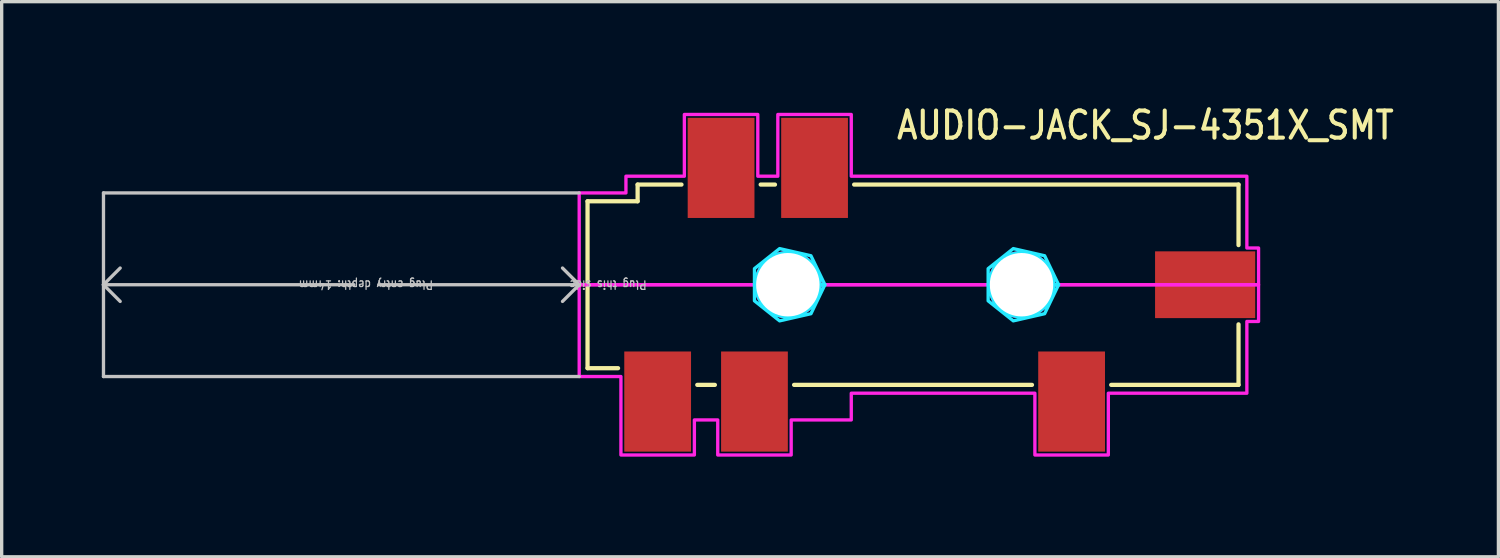
<source format=kicad_pcb>
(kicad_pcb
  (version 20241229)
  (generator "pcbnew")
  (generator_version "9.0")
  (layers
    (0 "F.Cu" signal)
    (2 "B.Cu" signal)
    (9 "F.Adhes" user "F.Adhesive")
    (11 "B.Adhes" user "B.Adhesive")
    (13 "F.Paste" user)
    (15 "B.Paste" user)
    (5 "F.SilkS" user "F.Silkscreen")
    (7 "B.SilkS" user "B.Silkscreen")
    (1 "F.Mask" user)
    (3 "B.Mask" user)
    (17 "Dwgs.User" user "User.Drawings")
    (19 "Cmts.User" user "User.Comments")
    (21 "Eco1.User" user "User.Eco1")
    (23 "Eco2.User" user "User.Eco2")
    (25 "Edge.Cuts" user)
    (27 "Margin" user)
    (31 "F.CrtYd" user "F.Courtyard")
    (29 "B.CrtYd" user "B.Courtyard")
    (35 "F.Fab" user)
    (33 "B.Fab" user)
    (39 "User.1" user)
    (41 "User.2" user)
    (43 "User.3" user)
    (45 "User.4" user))
  (footprint "AUDIO-JACK_SJ-4351X_SMT"
    (layer "F.Cu")
    (at 24.05 5.479)
    (property "Reference" "AUDIO-JACK_SJ-4351X_SMT" (at -0.3 -4.3 0) (unlocked yes) (layer "F.SilkS") (effects (font (size 0.813 0.695) (thickness 0.122)) (justify left bottom)))
    (fp_line (start -9.5 -2.5) (end -9.5 2.5) (stroke (width 0.127) (type solid)) (layer "F.SilkS"))
    (fp_line (start -9.5 -2.5) (end -8 -2.5) (stroke (width 0.127) (type solid)) (layer "F.SilkS"))
    (fp_line (start -8.586 2.5) (end -9.5 2.5) (stroke (width 0.127) (type solid)) (layer "F.SilkS"))
    (fp_line (start -8 -3) (end -6.686 -3) (stroke (width 0.127) (type solid)) (layer "F.SilkS"))
    (fp_line (start -8 -2.5) (end -8 -3) (stroke (width 0.127) (type solid)) (layer "F.SilkS"))
    (fp_line (start -5.686 3) (end -6.213 3) (stroke (width 0.127) (type solid)) (layer "F.SilkS"))
    (fp_line (start -4.314 -3) (end -3.886 -3) (stroke (width 0.127) (type solid)) (layer "F.SilkS"))
    (fp_line (start -1.514 -3) (end 10 -3) (stroke (width 0.127) (type solid)) (layer "F.SilkS"))
    (fp_line (start 3.813 3) (end -3.313 3) (stroke (width 0.127) (type solid)) (layer "F.SilkS"))
    (fp_line (start 10 -3) (end 10 -1.187) (stroke (width 0.127) (type solid)) (layer "F.SilkS"))
    (fp_line (start 10 1.187) (end 10 3) (stroke (width 0.127) (type solid)) (layer "F.SilkS"))
    (fp_line (start 10 3) (end 6.186 3) (stroke (width 0.127) (type solid)) (layer "F.SilkS"))
    (fp_line (start -24 -2.75) (end -24 0) (stroke (width 0.1) (type solid)) (layer "Dwgs.User"))
    (fp_line (start -24 0) (end -24 2.75) (stroke (width 0.1) (type solid)) (layer "Dwgs.User"))
    (fp_line (start -24 0) (end -23.5 -0.5) (stroke (width 0.1) (type solid)) (layer "Dwgs.User"))
    (fp_line (start -24 0) (end -23.5 0.5) (stroke (width 0.1) (type solid)) (layer "Dwgs.User"))
    (fp_line (start -24 2.75) (end -9.75 2.75) (stroke (width 0.1) (type solid)) (layer "Dwgs.User"))
    (fp_line (start -16.5 0) (end -24 0) (stroke (width 0.1) (type solid)) (layer "Dwgs.User"))
    (fp_line (start -9.75 -2.75) (end -24 -2.75) (stroke (width 0.1) (type solid)) (layer "Dwgs.User"))
    (fp_line (start -9.75 0) (end -15.75 0) (stroke (width 0.1) (type solid)) (layer "Dwgs.User"))
    (fp_line (start -9.75 0) (end -10.25 -0.5) (stroke (width 0.1) (type solid)) (layer "Dwgs.User"))
    (fp_line (start -9.75 0) (end -10.25 0.5) (stroke (width 0.1) (type solid)) (layer "Dwgs.User"))
    (fp_poly (pts (xy -4.5 0) (xy -4.5 -0.482) (xy -3.747 -1.082) (xy -2.808 -0.868) (xy -2.39 0) (xy -2.54 0) (xy -2.54 -0.000078) (xy -2.54 -0.015) (xy -2.54 -0.015) (xy -2.54 -0.03) (xy -2.54 -0.03) (xy -2.541 -0.045) (xy -2.541 -0.045) (xy -2.542 -0.06) (xy -2.542 -0.06) (xy -2.543 -0.075) (xy -2.543 -0.075) (xy -2.544 -0.09) (xy -2.544 -0.09) (xy -2.546 -0.105) (xy -2.546 -0.105) (xy -2.548 -0.12) (xy -2.548 -0.12) (xy -2.55 -0.135) (xy -2.55 -0.135) (xy -2.552 -0.15) (xy -2.552 -0.15) (xy -2.554 -0.165) (xy -2.554 -0.165) (xy -2.557 -0.18) (xy -2.557 -0.18) (xy -2.56 -0.195) (xy -2.56 -0.195) (xy -2.563 -0.209) (xy -2.563 -0.209) (xy -2.567 -0.224) (xy -2.567 -0.224) (xy -2.57 -0.239) (xy -2.57 -0.239) (xy -2.574 -0.253) (xy -2.574 -0.253) (xy -2.578 -0.268) (xy -2.578 -0.268) (xy -2.582 -0.282) (xy -2.582 -0.282) (xy -2.587 -0.297) (xy -2.587 -0.297) (xy -2.592 -0.311) (xy -2.592 -0.311) (xy -2.597 -0.325) (xy -2.597 -0.325) (xy -2.602 -0.339) (xy -2.602 -0.339) (xy -2.607 -0.353) (xy -2.607 -0.353) (xy -2.613 -0.367) (xy -2.613 -0.367) (xy -2.619 -0.381) (xy -2.619 -0.381) (xy -2.625 -0.395) (xy -2.625 -0.395) (xy -2.631 -0.409) (xy -2.631 -0.409) (xy -2.638 -0.422) (xy -2.638 -0.422) (xy -2.645 -0.436) (xy -2.645 -0.436) (xy -2.652 -0.449) (xy -2.652 -0.449) (xy -2.659 -0.462) (xy -2.659 -0.463) (xy -2.666 -0.476) (xy -2.666 -0.476) (xy -2.674 -0.489) (xy -2.674 -0.489) (xy -2.681 -0.502) (xy -2.682 -0.502) (xy -2.689 -0.514) (xy -2.689 -0.514) (xy -2.698 -0.527) (xy -2.698 -0.527) (xy -2.706 -0.54) (xy -2.706 -0.54) (xy -2.715 -0.552) (xy -2.715 -0.552) (xy -2.723 -0.564) (xy -2.723 -0.564) (xy -2.732 -0.576) (xy -2.732 -0.576) (xy -2.741 -0.588) (xy -2.741 -0.588) (xy -2.751 -0.6) (xy -2.751 -0.6) (xy -2.76 -0.612) (xy -2.76 -0.612) (xy -2.77 -0.623) (xy -2.77 -0.624) (xy -2.78 -0.635) (xy -2.78 -0.635) (xy -2.79 -0.646) (xy -2.79 -0.646) (xy -2.8 -0.657) (xy -2.8 -0.657) (xy -2.811 -0.668) (xy -2.811 -0.668) (xy -2.821 -0.679) (xy -2.821 -0.679) (xy -2.832 -0.689) (xy -2.832 -0.689) (xy -2.843 -0.7) (xy -2.843 -0.7) (xy -2.854 -0.71) (xy -2.854 -0.71) (xy -2.865 -0.72) (xy -2.865 -0.72) (xy -2.876 -0.73) (xy -2.877 -0.73) (xy -2.888 -0.74) (xy -2.888 -0.74) (xy -2.9 -0.749) (xy -2.9 -0.749) (xy -2.912 -0.758) (xy -2.912 -0.759) (xy -2.924 -0.768) (xy -2.924 -0.768) (xy -2.936 -0.777) (xy -2.936 -0.777) (xy -2.948 -0.785) (xy -2.948 -0.785) (xy -2.96 -0.794) (xy -2.96 -0.794) (xy -2.973 -0.802) (xy -2.973 -0.802) (xy -2.986 -0.811) (xy -2.986 -0.811) (xy -2.998 -0.818) (xy -2.998 -0.819) (xy -3.011 -0.826) (xy -3.011 -0.826) (xy -3.024 -0.834) (xy -3.024 -0.834) (xy -3.037 -0.841) (xy -3.038 -0.841) (xy -3.051 -0.848) (xy -3.051 -0.848) (xy -3.064 -0.855) (xy -3.064 -0.855) (xy -3.078 -0.862) (xy -3.078 -0.862) (xy -3.091 -0.869) (xy -3.091 -0.869) (xy -3.105 -0.875) (xy -3.105 -0.875) (xy -3.119 -0.881) (xy -3.119 -0.881) (xy -3.133 -0.887) (xy -3.133 -0.887) (xy -3.147 -0.893) (xy -3.147 -0.893) (xy -3.161 -0.898) (xy -3.161 -0.898) (xy -3.175 -0.903) (xy -3.175 -0.903) (xy -3.189 -0.908) (xy -3.189 -0.908) (xy -3.203 -0.913) (xy -3.203 -0.913) (xy -3.218 -0.918) (xy -3.218 -0.918) (xy -3.232 -0.922) (xy -3.232 -0.922) (xy -3.247 -0.926) (xy -3.247 -0.926) (xy -3.261 -0.93) (xy -3.261 -0.93) (xy -3.276 -0.933) (xy -3.276 -0.933) (xy -3.291 -0.937) (xy -3.291 -0.937) (xy -3.305 -0.94) (xy -3.305 -0.94) (xy -3.32 -0.943) (xy -3.32 -0.943) (xy -3.335 -0.946) (xy -3.335 -0.946) (xy -3.35 -0.948) (xy -3.35 -0.948) (xy -3.365 -0.95) (xy -3.365 -0.95) (xy -3.38 -0.952) (xy -3.38 -0.952) (xy -3.395 -0.954) (xy -3.395 -0.954) (xy -3.41 -0.956) (xy -3.41 -0.956) (xy -3.425 -0.957) (xy -3.425 -0.957) (xy -3.44 -0.958) (xy -3.44 -0.958) (xy -3.455 -0.959) (xy -3.455 -0.959) (xy -3.47 -0.96) (xy -3.47 -0.96) (xy -3.485 -0.96) (xy -3.485 -0.96) (xy -3.5 -0.96) (xy -3.5 -0.96) (xy -3.515 -0.96) (xy -3.515 -0.96) (xy -3.53 -0.96) (xy -3.53 -0.96) (xy -3.545 -0.959) (xy -3.545 -0.959) (xy -3.56 -0.958) (xy -3.56 -0.958) (xy -3.575 -0.957) (xy -3.575 -0.957) (xy -3.59 -0.956) (xy -3.59 -0.956) (xy -3.605 -0.954) (xy -3.605 -0.954) (xy -3.62 -0.952) (xy -3.62 -0.952) (xy -3.635 -0.95) (xy -3.635 -0.95) (xy -3.65 -0.948) (xy -3.65 -0.948) (xy -3.665 -0.946) (xy -3.665 -0.946) (xy -3.68 -0.943) (xy -3.68 -0.943) (xy -3.695 -0.94) (xy -3.695 -0.94) (xy -3.709 -0.937) (xy -3.709 -0.937) (xy -3.724 -0.933) (xy -3.724 -0.933) (xy -3.739 -0.93) (xy -3.739 -0.93) (xy -3.753 -0.926) (xy -3.753 -0.926) (xy -3.768 -0.922) (xy -3.768 -0.922) (xy -3.782 -0.918) (xy -3.782 -0.918) (xy -3.797 -0.913) (xy -3.797 -0.913) (xy -3.811 -0.908) (xy -3.811 -0.908) (xy -3.825 -0.903) (xy -3.825 -0.903) (xy -3.839 -0.898) (xy -3.839 -0.898) (xy -3.853 -0.893) (xy -3.853 -0.893) (xy -3.867 -0.887) (xy -3.867 -0.887) (xy -3.881 -0.881) (xy -3.881 -0.881) (xy -3.895 -0.875) (xy -3.895 -0.875) (xy -3.909 -0.869) (xy -3.909 -0.869) (xy -3.922 -0.862) (xy -3.922 -0.862) (xy -3.936 -0.855) (xy -3.936 -0.855) (xy -3.949 -0.848) (xy -3.949 -0.848) (xy -3.962 -0.841) (xy -3.963 -0.841) (xy -3.976 -0.834) (xy -3.976 -0.834) (xy -3.989 -0.826) (xy -3.989 -0.826) (xy -4.002 -0.819) (xy -4.002 -0.818) (xy -4.014 -0.811) (xy -4.014 -0.811) (xy -4.027 -0.802) (xy -4.027 -0.802) (xy -4.04 -0.794) (xy -4.04 -0.794) (xy -4.052 -0.785) (xy -4.052 -0.785) (xy -4.064 -0.777) (xy -4.064 -0.777) (xy -4.076 -0.768) (xy -4.076 -0.768) (xy -4.088 -0.759) (xy -4.088 -0.758) (xy -4.1 -0.749) (xy -4.1 -0.749) (xy -4.112 -0.74) (xy -4.112 -0.74) (xy -4.123 -0.73) (xy -4.124 -0.73) (xy -4.135 -0.72) (xy -4.135 -0.72) (xy -4.146 -0.71) (xy -4.146 -0.71) (xy -4.157 -0.7) (xy -4.157 -0.7) (xy -4.168 -0.689) (xy -4.168 -0.689) (xy -4.179 -0.679) (xy -4.179 -0.679) (xy -4.189 -0.668) (xy -4.189 -0.668) (xy -4.2 -0.657) (xy -4.2 -0.657) (xy -4.21 -0.646) (xy -4.21 -0.646) (xy -4.22 -0.635) (xy -4.22 -0.635) (xy -4.23 -0.624) (xy -4.23 -0.623) (xy -4.24 -0.612) (xy -4.24 -0.612) (xy -4.249 -0.6) (xy -4.249 -0.6) (xy -4.258 -0.588) (xy -4.259 -0.588) (xy -4.268 -0.576) (xy -4.268 -0.576) (xy -4.277 -0.564) (xy -4.277 -0.564) (xy -4.285 -0.552) (xy -4.285 -0.552) (xy -4.294 -0.54) (xy -4.294 -0.54) (xy -4.302 -0.527) (xy -4.302 -0.527) (xy -4.311 -0.514) (xy -4.311 -0.514) (xy -4.318 -0.502) (xy -4.319 -0.502) (xy -4.326 -0.489) (xy -4.326 -0.489) (xy -4.334 -0.476) (xy -4.334 -0.476) (xy -4.341 -0.463) (xy -4.341 -0.462) (xy -4.348 -0.449) (xy -4.348 -0.449) (xy -4.355 -0.436) (xy -4.355 -0.436) (xy -4.362 -0.422) (xy -4.362 -0.422) (xy -4.369 -0.409) (xy -4.369 -0.409) (xy -4.375 -0.395) (xy -4.375 -0.395) (xy -4.381 -0.381) (xy -4.381 -0.381) (xy -4.387 -0.367) (xy -4.387 -0.367) (xy -4.393 -0.353) (xy -4.393 -0.353) (xy -4.398 -0.339) (xy -4.398 -0.339) (xy -4.403 -0.325) (xy -4.403 -0.325) (xy -4.408 -0.311) (xy -4.408 -0.311) (xy -4.413 -0.297) (xy -4.413 -0.297) (xy -4.418 -0.282) (xy -4.418 -0.282) (xy -4.422 -0.268) (xy -4.422 -0.268) (xy -4.426 -0.253) (xy -4.426 -0.253) (xy -4.43 -0.239) (xy -4.43 -0.239) (xy -4.433 -0.224) (xy -4.433 -0.224) (xy -4.437 -0.209) (xy -4.437 -0.209) (xy -4.44 -0.195) (xy -4.44 -0.195) (xy -4.443 -0.18) (xy -4.443 -0.18) (xy -4.446 -0.165) (xy -4.446 -0.165) (xy -4.448 -0.15) (xy -4.448 -0.15) (xy -4.45 -0.135) (xy -4.45 -0.135) (xy -4.452 -0.12) (xy -4.452 -0.12) (xy -4.454 -0.105) (xy -4.454 -0.105) (xy -4.456 -0.09) (xy -4.456 -0.09) (xy -4.457 -0.075) (xy -4.457 -0.075) (xy -4.458 -0.06) (xy -4.458 -0.06) (xy -4.459 -0.045) (xy -4.459 -0.045) (xy -4.46 -0.03) (xy -4.46 -0.03) (xy -4.46 -0.015) (xy -4.46 -0.015) (xy -4.46 -0.000078) (xy -4.46 0)) (stroke (width 0.1) (type solid)) (fill no) (layer "B.CrtYd"))
    (fp_poly (pts (xy -2.808 0.868) (xy -3.747 1.082) (xy -4.5 0.482) (xy -4.5 0) (xy -4.46 0) (xy -4.46 0.000078) (xy -4.46 0.015) (xy -4.46 0.015) (xy -4.46 0.03) (xy -4.46 0.03) (xy -4.459 0.045) (xy -4.459 0.045) (xy -4.458 0.06) (xy -4.458 0.06) (xy -4.457 0.075) (xy -4.457 0.075) (xy -4.456 0.09) (xy -4.456 0.09) (xy -4.454 0.105) (xy -4.454 0.105) (xy -4.452 0.12) (xy -4.452 0.12) (xy -4.45 0.135) (xy -4.45 0.135) (xy -4.448 0.15) (xy -4.448 0.15) (xy -4.446 0.165) (xy -4.446 0.165) (xy -4.443 0.18) (xy -4.443 0.18) (xy -4.44 0.195) (xy -4.44 0.195) (xy -4.437 0.209) (xy -4.437 0.209) (xy -4.433 0.224) (xy -4.433 0.224) (xy -4.43 0.239) (xy -4.43 0.239) (xy -4.426 0.253) (xy -4.426 0.253) (xy -4.422 0.268) (xy -4.422 0.268) (xy -4.418 0.282) (xy -4.418 0.282) (xy -4.413 0.297) (xy -4.413 0.297) (xy -4.408 0.311) (xy -4.408 0.311) (xy -4.403 0.325) (xy -4.403 0.325) (xy -4.398 0.339) (xy -4.398 0.339) (xy -4.393 0.353) (xy -4.393 0.353) (xy -4.387 0.367) (xy -4.387 0.367) (xy -4.381 0.381) (xy -4.381 0.381) (xy -4.375 0.395) (xy -4.375 0.395) (xy -4.369 0.409) (xy -4.369 0.409) (xy -4.362 0.422) (xy -4.362 0.422) (xy -4.355 0.436) (xy -4.355 0.436) (xy -4.348 0.449) (xy -4.348 0.449) (xy -4.341 0.462) (xy -4.341 0.463) (xy -4.334 0.476) (xy -4.334 0.476) (xy -4.326 0.489) (xy -4.326 0.489) (xy -4.319 0.502) (xy -4.318 0.502) (xy -4.311 0.514) (xy -4.311 0.514) (xy -4.302 0.527) (xy -4.302 0.527) (xy -4.294 0.54) (xy -4.294 0.54) (xy -4.285 0.552) (xy -4.285 0.552) (xy -4.277 0.564) (xy -4.277 0.564) (xy -4.268 0.576) (xy -4.268 0.576) (xy -4.259 0.588) (xy -4.258 0.588) (xy -4.249 0.6) (xy -4.249 0.6) (xy -4.24 0.612) (xy -4.24 0.612) (xy -4.23 0.623) (xy -4.23 0.624) (xy -4.22 0.635) (xy -4.22 0.635) (xy -4.21 0.646) (xy -4.21 0.646) (xy -4.2 0.657) (xy -4.2 0.657) (xy -4.189 0.668) (xy -4.189 0.668) (xy -4.179 0.679) (xy -4.179 0.679) (xy -4.168 0.689) (xy -4.168 0.689) (xy -4.157 0.7) (xy -4.157 0.7) (xy -4.146 0.71) (xy -4.146 0.71) (xy -4.135 0.72) (xy -4.135 0.72) (xy -4.124 0.73) (xy -4.123 0.73) (xy -4.112 0.74) (xy -4.112 0.74) (xy -4.1 0.749) (xy -4.1 0.749) (xy -4.088 0.758) (xy -4.088 0.759) (xy -4.076 0.768) (xy -4.076 0.768) (xy -4.064 0.777) (xy -4.064 0.777) (xy -4.052 0.785) (xy -4.052 0.785) (xy -4.04 0.794) (xy -4.04 0.794) (xy -4.027 0.802) (xy -4.027 0.802) (xy -4.014 0.811) (xy -4.014 0.811) (xy -4.002 0.818) (xy -4.002 0.819) (xy -3.989 0.826) (xy -3.989 0.826) (xy -3.976 0.834) (xy -3.976 0.834) (xy -3.963 0.841) (xy -3.962 0.841) (xy -3.949 0.848) (xy -3.949 0.848) (xy -3.936 0.855) (xy -3.936 0.855) (xy -3.922 0.862) (xy -3.922 0.862) (xy -3.909 0.869) (xy -3.909 0.869) (xy -3.895 0.875) (xy -3.895 0.875) (xy -3.881 0.881) (xy -3.881 0.881) (xy -3.867 0.887) (xy -3.867 0.887) (xy -3.853 0.893) (xy -3.853 0.893) (xy -3.839 0.898) (xy -3.839 0.898) (xy -3.825 0.903) (xy -3.825 0.903) (xy -3.811 0.908) (xy -3.811 0.908) (xy -3.797 0.913) (xy -3.797 0.913) (xy -3.782 0.918) (xy -3.782 0.918) (xy -3.768 0.922) (xy -3.768 0.922) (xy -3.753 0.926) (xy -3.753 0.926) (xy -3.739 0.93) (xy -3.739 0.93) (xy -3.724 0.933) (xy -3.724 0.933) (xy -3.709 0.937) (xy -3.709 0.937) (xy -3.695 0.94) (xy -3.695 0.94) (xy -3.68 0.943) (xy -3.68 0.943) (xy -3.665 0.946) (xy -3.665 0.946) (xy -3.65 0.948) (xy -3.65 0.948) (xy -3.635 0.95) (xy -3.635 0.95) (xy -3.62 0.952) (xy -3.62 0.952) (xy -3.605 0.954) (xy -3.605 0.954) (xy -3.59 0.956) (xy -3.59 0.956) (xy -3.575 0.957) (xy -3.575 0.957) (xy -3.56 0.958) (xy -3.56 0.958) (xy -3.545 0.959) (xy -3.545 0.959) (xy -3.53 0.96) (xy -3.53 0.96) (xy -3.515 0.96) (xy -3.515 0.96) (xy -3.5 0.96) (xy -3.5 0.96) (xy -3.485 0.96) (xy -3.485 0.96) (xy -3.47 0.96) (xy -3.47 0.96) (xy -3.455 0.959) (xy -3.455 0.959) (xy -3.44 0.958) (xy -3.44 0.958) (xy -3.425 0.957) (xy -3.425 0.957) (xy -3.41 0.956) (xy -3.41 0.956) (xy -3.395 0.954) (xy -3.395 0.954) (xy -3.38 0.952) (xy -3.38 0.952) (xy -3.365 0.95) (xy -3.365 0.95) (xy -3.35 0.948) (xy -3.35 0.948) (xy -3.335 0.946) (xy -3.335 0.946) (xy -3.32 0.943) (xy -3.32 0.943) (xy -3.305 0.94) (xy -3.305 0.94) (xy -3.291 0.937) (xy -3.291 0.937) (xy -3.276 0.933) (xy -3.276 0.933) (xy -3.261 0.93) (xy -3.261 0.93) (xy -3.247 0.926) (xy -3.247 0.926) (xy -3.232 0.922) (xy -3.232 0.922) (xy -3.218 0.918) (xy -3.218 0.918) (xy -3.203 0.913) (xy -3.203 0.913) (xy -3.189 0.908) (xy -3.189 0.908) (xy -3.175 0.903) (xy -3.175 0.903) (xy -3.161 0.898) (xy -3.161 0.898) (xy -3.147 0.893) (xy -3.147 0.893) (xy -3.133 0.887) (xy -3.133 0.887) (xy -3.119 0.881) (xy -3.119 0.881) (xy -3.105 0.875) (xy -3.105 0.875) (xy -3.091 0.869) (xy -3.091 0.869) (xy -3.078 0.862) (xy -3.078 0.862) (xy -3.064 0.855) (xy -3.064 0.855) (xy -3.051 0.848) (xy -3.051 0.848) (xy -3.038 0.841) (xy -3.037 0.841) (xy -3.024 0.834) (xy -3.024 0.834) (xy -3.011 0.826) (xy -3.011 0.826) (xy -2.998 0.819) (xy -2.998 0.818) (xy -2.986 0.811) (xy -2.986 0.811) (xy -2.973 0.802) (xy -2.973 0.802) (xy -2.96 0.794) (xy -2.96 0.794) (xy -2.948 0.785) (xy -2.948 0.785) (xy -2.936 0.777) (xy -2.936 0.777) (xy -2.924 0.768) (xy -2.924 0.768) (xy -2.912 0.759) (xy -2.912 0.758) (xy -2.9 0.749) (xy -2.9 0.749) (xy -2.888 0.74) (xy -2.888 0.74) (xy -2.877 0.73) (xy -2.876 0.73) (xy -2.865 0.72) (xy -2.865 0.72) (xy -2.854 0.71) (xy -2.854 0.71) (xy -2.843 0.7) (xy -2.843 0.7) (xy -2.832 0.689) (xy -2.832 0.689) (xy -2.821 0.679) (xy -2.821 0.679) (xy -2.811 0.668) (xy -2.811 0.668) (xy -2.8 0.657) (xy -2.8 0.657) (xy -2.79 0.646) (xy -2.79 0.646) (xy -2.78 0.635) (xy -2.78 0.635) (xy -2.77 0.624) (xy -2.77 0.623) (xy -2.76 0.612) (xy -2.76 0.612) (xy -2.751 0.6) (xy -2.751 0.6) (xy -2.741 0.588) (xy -2.741 0.588) (xy -2.732 0.576) (xy -2.732 0.576) (xy -2.723 0.564) (xy -2.723 0.564) (xy -2.715 0.552) (xy -2.715 0.552) (xy -2.706 0.54) (xy -2.706 0.54) (xy -2.698 0.527) (xy -2.698 0.527) (xy -2.689 0.514) (xy -2.689 0.514) (xy -2.682 0.502) (xy -2.681 0.502) (xy -2.674 0.489) (xy -2.674 0.489) (xy -2.666 0.476) (xy -2.666 0.476) (xy -2.659 0.463) (xy -2.659 0.462) (xy -2.652 0.449) (xy -2.652 0.449) (xy -2.645 0.436) (xy -2.645 0.436) (xy -2.638 0.422) (xy -2.638 0.422) (xy -2.631 0.409) (xy -2.631 0.409) (xy -2.625 0.395) (xy -2.625 0.395) (xy -2.619 0.381) (xy -2.619 0.381) (xy -2.613 0.367) (xy -2.613 0.367) (xy -2.607 0.353) (xy -2.607 0.353) (xy -2.602 0.339) (xy -2.602 0.339) (xy -2.597 0.325) (xy -2.597 0.325) (xy -2.592 0.311) (xy -2.592 0.311) (xy -2.587 0.297) (xy -2.587 0.297) (xy -2.582 0.282) (xy -2.582 0.282) (xy -2.578 0.268) (xy -2.578 0.268) (xy -2.574 0.253) (xy -2.574 0.253) (xy -2.57 0.239) (xy -2.57 0.239) (xy -2.567 0.224) (xy -2.567 0.224) (xy -2.563 0.209) (xy -2.563 0.209) (xy -2.56 0.195) (xy -2.56 0.195) (xy -2.557 0.18) (xy -2.557 0.18) (xy -2.554 0.165) (xy -2.554 0.165) (xy -2.552 0.15) (xy -2.552 0.15) (xy -2.55 0.135) (xy -2.55 0.135) (xy -2.548 0.12) (xy -2.548 0.12) (xy -2.546 0.105) (xy -2.546 0.105) (xy -2.544 0.09) (xy -2.544 0.09) (xy -2.543 0.075) (xy -2.543 0.075) (xy -2.542 0.06) (xy -2.542 0.06) (xy -2.541 0.045) (xy -2.541 0.045) (xy -2.54 0.03) (xy -2.54 0.03) (xy -2.54 0.015) (xy -2.54 0.015) (xy -2.54 0.000078) (xy -2.54 0) (xy -2.39 0)) (stroke (width 0.1) (type solid)) (fill no) (layer "B.CrtYd"))
    (fp_poly (pts (xy 2.5 0) (xy 2.5 -0.482) (xy 3.253 -1.082) (xy 4.192 -0.868) (xy 4.61 0) (xy 4.46 0) (xy 4.46 -0.000078) (xy 4.46 -0.015) (xy 4.46 -0.015) (xy 4.46 -0.03) (xy 4.46 -0.03) (xy 4.459 -0.045) (xy 4.459 -0.045) (xy 4.458 -0.06) (xy 4.458 -0.06) (xy 4.457 -0.075) (xy 4.457 -0.075) (xy 4.456 -0.09) (xy 4.456 -0.09) (xy 4.454 -0.105) (xy 4.454 -0.105) (xy 4.452 -0.12) (xy 4.452 -0.12) (xy 4.45 -0.135) (xy 4.45 -0.135) (xy 4.448 -0.15) (xy 4.448 -0.15) (xy 4.446 -0.165) (xy 4.446 -0.165) (xy 4.443 -0.18) (xy 4.443 -0.18) (xy 4.44 -0.195) (xy 4.44 -0.195) (xy 4.437 -0.209) (xy 4.437 -0.209) (xy 4.433 -0.224) (xy 4.433 -0.224) (xy 4.43 -0.239) (xy 4.43 -0.239) (xy 4.426 -0.253) (xy 4.426 -0.253) (xy 4.422 -0.268) (xy 4.422 -0.268) (xy 4.418 -0.282) (xy 4.418 -0.282) (xy 4.413 -0.297) (xy 4.413 -0.297) (xy 4.408 -0.311) (xy 4.408 -0.311) (xy 4.403 -0.325) (xy 4.403 -0.325) (xy 4.398 -0.339) (xy 4.398 -0.339) (xy 4.393 -0.353) (xy 4.393 -0.353) (xy 4.387 -0.367) (xy 4.387 -0.367) (xy 4.381 -0.381) (xy 4.381 -0.381) (xy 4.375 -0.395) (xy 4.375 -0.395) (xy 4.369 -0.409) (xy 4.369 -0.409) (xy 4.362 -0.422) (xy 4.362 -0.422) (xy 4.355 -0.436) (xy 4.355 -0.436) (xy 4.348 -0.449) (xy 4.348 -0.449) (xy 4.341 -0.462) (xy 4.341 -0.463) (xy 4.334 -0.476) (xy 4.334 -0.476) (xy 4.326 -0.489) (xy 4.326 -0.489) (xy 4.319 -0.502) (xy 4.318 -0.502) (xy 4.311 -0.514) (xy 4.311 -0.514) (xy 4.302 -0.527) (xy 4.302 -0.527) (xy 4.294 -0.54) (xy 4.294 -0.54) (xy 4.285 -0.552) (xy 4.285 -0.552) (xy 4.277 -0.564) (xy 4.277 -0.564) (xy 4.268 -0.576) (xy 4.268 -0.576) (xy 4.259 -0.588) (xy 4.258 -0.588) (xy 4.249 -0.6) (xy 4.249 -0.6) (xy 4.24 -0.612) (xy 4.24 -0.612) (xy 4.23 -0.623) (xy 4.23 -0.624) (xy 4.22 -0.635) (xy 4.22 -0.635) (xy 4.21 -0.646) (xy 4.21 -0.646) (xy 4.2 -0.657) (xy 4.2 -0.657) (xy 4.189 -0.668) (xy 4.189 -0.668) (xy 4.179 -0.679) (xy 4.179 -0.679) (xy 4.168 -0.689) (xy 4.168 -0.689) (xy 4.157 -0.7) (xy 4.157 -0.7) (xy 4.146 -0.71) (xy 4.146 -0.71) (xy 4.135 -0.72) (xy 4.135 -0.72) (xy 4.124 -0.73) (xy 4.123 -0.73) (xy 4.112 -0.74) (xy 4.112 -0.74) (xy 4.1 -0.749) (xy 4.1 -0.749) (xy 4.088 -0.758) (xy 4.088 -0.759) (xy 4.076 -0.768) (xy 4.076 -0.768) (xy 4.064 -0.777) (xy 4.064 -0.777) (xy 4.052 -0.785) (xy 4.052 -0.785) (xy 4.04 -0.794) (xy 4.04 -0.794) (xy 4.027 -0.802) (xy 4.027 -0.802) (xy 4.014 -0.811) (xy 4.014 -0.811) (xy 4.002 -0.818) (xy 4.002 -0.819) (xy 3.989 -0.826) (xy 3.989 -0.826) (xy 3.976 -0.834) (xy 3.976 -0.834) (xy 3.963 -0.841) (xy 3.962 -0.841) (xy 3.949 -0.848) (xy 3.949 -0.848) (xy 3.936 -0.855) (xy 3.936 -0.855) (xy 3.922 -0.862) (xy 3.922 -0.862) (xy 3.909 -0.869) (xy 3.909 -0.869) (xy 3.895 -0.875) (xy 3.895 -0.875) (xy 3.881 -0.881) (xy 3.881 -0.881) (xy 3.867 -0.887) (xy 3.867 -0.887) (xy 3.853 -0.893) (xy 3.853 -0.893) (xy 3.839 -0.898) (xy 3.839 -0.898) (xy 3.825 -0.903) (xy 3.825 -0.903) (xy 3.811 -0.908) (xy 3.811 -0.908) (xy 3.797 -0.913) (xy 3.797 -0.913) (xy 3.782 -0.918) (xy 3.782 -0.918) (xy 3.768 -0.922) (xy 3.768 -0.922) (xy 3.753 -0.926) (xy 3.753 -0.926) (xy 3.739 -0.93) (xy 3.739 -0.93) (xy 3.724 -0.933) (xy 3.724 -0.933) (xy 3.709 -0.937) (xy 3.709 -0.937) (xy 3.695 -0.94) (xy 3.695 -0.94) (xy 3.68 -0.943) (xy 3.68 -0.943) (xy 3.665 -0.946) (xy 3.665 -0.946) (xy 3.65 -0.948) (xy 3.65 -0.948) (xy 3.635 -0.95) (xy 3.635 -0.95) (xy 3.62 -0.952) (xy 3.62 -0.952) (xy 3.605 -0.954) (xy 3.605 -0.954) (xy 3.59 -0.956) (xy 3.59 -0.956) (xy 3.575 -0.957) (xy 3.575 -0.957) (xy 3.56 -0.958) (xy 3.56 -0.958) (xy 3.545 -0.959) (xy 3.545 -0.959) (xy 3.53 -0.96) (xy 3.53 -0.96) (xy 3.515 -0.96) (xy 3.515 -0.96) (xy 3.5 -0.96) (xy 3.5 -0.96) (xy 3.485 -0.96) (xy 3.485 -0.96) (xy 3.47 -0.96) (xy 3.47 -0.96) (xy 3.455 -0.959) (xy 3.455 -0.959) (xy 3.44 -0.958) (xy 3.44 -0.958) (xy 3.425 -0.957) (xy 3.425 -0.957) (xy 3.41 -0.956) (xy 3.41 -0.956) (xy 3.395 -0.954) (xy 3.395 -0.954) (xy 3.38 -0.952) (xy 3.38 -0.952) (xy 3.365 -0.95) (xy 3.365 -0.95) (xy 3.35 -0.948) (xy 3.35 -0.948) (xy 3.335 -0.946) (xy 3.335 -0.946) (xy 3.32 -0.943) (xy 3.32 -0.943) (xy 3.305 -0.94) (xy 3.305 -0.94) (xy 3.291 -0.937) (xy 3.291 -0.937) (xy 3.276 -0.933) (xy 3.276 -0.933) (xy 3.261 -0.93) (xy 3.261 -0.93) (xy 3.247 -0.926) (xy 3.247 -0.926) (xy 3.232 -0.922) (xy 3.232 -0.922) (xy 3.218 -0.918) (xy 3.218 -0.918) (xy 3.203 -0.913) (xy 3.203 -0.913) (xy 3.189 -0.908) (xy 3.189 -0.908) (xy 3.175 -0.903) (xy 3.175 -0.903) (xy 3.161 -0.898) (xy 3.161 -0.898) (xy 3.147 -0.893) (xy 3.147 -0.893) (xy 3.133 -0.887) (xy 3.133 -0.887) (xy 3.119 -0.881) (xy 3.119 -0.881) (xy 3.105 -0.875) (xy 3.105 -0.875) (xy 3.091 -0.869) (xy 3.091 -0.869) (xy 3.078 -0.862) (xy 3.078 -0.862) (xy 3.064 -0.855) (xy 3.064 -0.855) (xy 3.051 -0.848) (xy 3.051 -0.848) (xy 3.038 -0.841) (xy 3.037 -0.841) (xy 3.024 -0.834) (xy 3.024 -0.834) (xy 3.011 -0.826) (xy 3.011 -0.826) (xy 2.998 -0.819) (xy 2.998 -0.818) (xy 2.986 -0.811) (xy 2.986 -0.811) (xy 2.973 -0.802) (xy 2.973 -0.802) (xy 2.96 -0.794) (xy 2.96 -0.794) (xy 2.948 -0.785) (xy 2.948 -0.785) (xy 2.936 -0.777) (xy 2.936 -0.777) (xy 2.924 -0.768) (xy 2.924 -0.768) (xy 2.912 -0.759) (xy 2.912 -0.758) (xy 2.9 -0.749) (xy 2.9 -0.749) (xy 2.888 -0.74) (xy 2.888 -0.74) (xy 2.877 -0.73) (xy 2.876 -0.73) (xy 2.865 -0.72) (xy 2.865 -0.72) (xy 2.854 -0.71) (xy 2.854 -0.71) (xy 2.843 -0.7) (xy 2.843 -0.7) (xy 2.832 -0.689) (xy 2.832 -0.689) (xy 2.821 -0.679) (xy 2.821 -0.679) (xy 2.811 -0.668) (xy 2.811 -0.668) (xy 2.8 -0.657) (xy 2.8 -0.657) (xy 2.79 -0.646) (xy 2.79 -0.646) (xy 2.78 -0.635) (xy 2.78 -0.635) (xy 2.77 -0.624) (xy 2.77 -0.623) (xy 2.76 -0.612) (xy 2.76 -0.612) (xy 2.751 -0.6) (xy 2.751 -0.6) (xy 2.741 -0.588) (xy 2.741 -0.588) (xy 2.732 -0.576) (xy 2.732 -0.576) (xy 2.723 -0.564) (xy 2.723 -0.564) (xy 2.715 -0.552) (xy 2.715 -0.552) (xy 2.706 -0.54) (xy 2.706 -0.54) (xy 2.698 -0.527) (xy 2.698 -0.527) (xy 2.689 -0.514) (xy 2.689 -0.514) (xy 2.682 -0.502) (xy 2.681 -0.502) (xy 2.674 -0.489) (xy 2.674 -0.489) (xy 2.666 -0.476) (xy 2.666 -0.476) (xy 2.659 -0.463) (xy 2.659 -0.462) (xy 2.652 -0.449) (xy 2.652 -0.449) (xy 2.645 -0.436) (xy 2.645 -0.436) (xy 2.638 -0.422) (xy 2.638 -0.422) (xy 2.631 -0.409) (xy 2.631 -0.409) (xy 2.625 -0.395) (xy 2.625 -0.395) (xy 2.619 -0.381) (xy 2.619 -0.381) (xy 2.613 -0.367) (xy 2.613 -0.367) (xy 2.607 -0.353) (xy 2.607 -0.353) (xy 2.602 -0.339) (xy 2.602 -0.339) (xy 2.597 -0.325) (xy 2.597 -0.325) (xy 2.592 -0.311) (xy 2.592 -0.311) (xy 2.587 -0.297) (xy 2.587 -0.297) (xy 2.582 -0.282) (xy 2.582 -0.282) (xy 2.578 -0.268) (xy 2.578 -0.268) (xy 2.574 -0.253) (xy 2.574 -0.253) (xy 2.57 -0.239) (xy 2.57 -0.239) (xy 2.567 -0.224) (xy 2.567 -0.224) (xy 2.563 -0.209) (xy 2.563 -0.209) (xy 2.56 -0.195) (xy 2.56 -0.195) (xy 2.557 -0.18) (xy 2.557 -0.18) (xy 2.554 -0.165) (xy 2.554 -0.165) (xy 2.552 -0.15) (xy 2.552 -0.15) (xy 2.55 -0.135) (xy 2.55 -0.135) (xy 2.548 -0.12) (xy 2.548 -0.12) (xy 2.546 -0.105) (xy 2.546 -0.105) (xy 2.544 -0.09) (xy 2.544 -0.09) (xy 2.543 -0.075) (xy 2.543 -0.075) (xy 2.542 -0.06) (xy 2.542 -0.06) (xy 2.541 -0.045) (xy 2.541 -0.045) (xy 2.54 -0.03) (xy 2.54 -0.03) (xy 2.54 -0.015) (xy 2.54 -0.015) (xy 2.54 -0.000078) (xy 2.54 0)) (stroke (width 0.1) (type solid)) (fill no) (layer "B.CrtYd"))
    (fp_poly (pts (xy 4.192 0.868) (xy 3.253 1.082) (xy 2.5 0.482) (xy 2.5 0) (xy 2.54 0) (xy 2.54 0.000078) (xy 2.54 0.015) (xy 2.54 0.015) (xy 2.54 0.03) (xy 2.54 0.03) (xy 2.541 0.045) (xy 2.541 0.045) (xy 2.542 0.06) (xy 2.542 0.06) (xy 2.543 0.075) (xy 2.543 0.075) (xy 2.544 0.09) (xy 2.544 0.09) (xy 2.546 0.105) (xy 2.546 0.105) (xy 2.548 0.12) (xy 2.548 0.12) (xy 2.55 0.135) (xy 2.55 0.135) (xy 2.552 0.15) (xy 2.552 0.15) (xy 2.554 0.165) (xy 2.554 0.165) (xy 2.557 0.18) (xy 2.557 0.18) (xy 2.56 0.195) (xy 2.56 0.195) (xy 2.563 0.209) (xy 2.563 0.209) (xy 2.567 0.224) (xy 2.567 0.224) (xy 2.57 0.239) (xy 2.57 0.239) (xy 2.574 0.253) (xy 2.574 0.253) (xy 2.578 0.268) (xy 2.578 0.268) (xy 2.582 0.282) (xy 2.582 0.282) (xy 2.587 0.297) (xy 2.587 0.297) (xy 2.592 0.311) (xy 2.592 0.311) (xy 2.597 0.325) (xy 2.597 0.325) (xy 2.602 0.339) (xy 2.602 0.339) (xy 2.607 0.353) (xy 2.607 0.353) (xy 2.613 0.367) (xy 2.613 0.367) (xy 2.619 0.381) (xy 2.619 0.381) (xy 2.625 0.395) (xy 2.625 0.395) (xy 2.631 0.409) (xy 2.631 0.409) (xy 2.638 0.422) (xy 2.638 0.422) (xy 2.645 0.436) (xy 2.645 0.436) (xy 2.652 0.449) (xy 2.652 0.449) (xy 2.659 0.462) (xy 2.659 0.463) (xy 2.666 0.476) (xy 2.666 0.476) (xy 2.674 0.489) (xy 2.674 0.489) (xy 2.681 0.502) (xy 2.682 0.502) (xy 2.689 0.514) (xy 2.689 0.514) (xy 2.698 0.527) (xy 2.698 0.527) (xy 2.706 0.54) (xy 2.706 0.54) (xy 2.715 0.552) (xy 2.715 0.552) (xy 2.723 0.564) (xy 2.723 0.564) (xy 2.732 0.576) (xy 2.732 0.576) (xy 2.741 0.588) (xy 2.741 0.588) (xy 2.751 0.6) (xy 2.751 0.6) (xy 2.76 0.612) (xy 2.76 0.612) (xy 2.77 0.623) (xy 2.77 0.624) (xy 2.78 0.635) (xy 2.78 0.635) (xy 2.79 0.646) (xy 2.79 0.646) (xy 2.8 0.657) (xy 2.8 0.657) (xy 2.811 0.668) (xy 2.811 0.668) (xy 2.821 0.679) (xy 2.821 0.679) (xy 2.832 0.689) (xy 2.832 0.689) (xy 2.843 0.7) (xy 2.843 0.7) (xy 2.854 0.71) (xy 2.854 0.71) (xy 2.865 0.72) (xy 2.865 0.72) (xy 2.876 0.73) (xy 2.877 0.73) (xy 2.888 0.74) (xy 2.888 0.74) (xy 2.9 0.749) (xy 2.9 0.749) (xy 2.912 0.758) (xy 2.912 0.759) (xy 2.924 0.768) (xy 2.924 0.768) (xy 2.936 0.777) (xy 2.936 0.777) (xy 2.948 0.785) (xy 2.948 0.785) (xy 2.96 0.794) (xy 2.96 0.794) (xy 2.973 0.802) (xy 2.973 0.802) (xy 2.986 0.811) (xy 2.986 0.811) (xy 2.998 0.818) (xy 2.998 0.819) (xy 3.011 0.826) (xy 3.011 0.826) (xy 3.024 0.834) (xy 3.024 0.834) (xy 3.037 0.841) (xy 3.038 0.841) (xy 3.051 0.848) (xy 3.051 0.848) (xy 3.064 0.855) (xy 3.064 0.855) (xy 3.078 0.862) (xy 3.078 0.862) (xy 3.091 0.869) (xy 3.091 0.869) (xy 3.105 0.875) (xy 3.105 0.875) (xy 3.119 0.881) (xy 3.119 0.881) (xy 3.133 0.887) (xy 3.133 0.887) (xy 3.147 0.893) (xy 3.147 0.893) (xy 3.161 0.898) (xy 3.161 0.898) (xy 3.175 0.903) (xy 3.175 0.903) (xy 3.189 0.908) (xy 3.189 0.908) (xy 3.203 0.913) (xy 3.203 0.913) (xy 3.218 0.918) (xy 3.218 0.918) (xy 3.232 0.922) (xy 3.232 0.922) (xy 3.247 0.926) (xy 3.247 0.926) (xy 3.261 0.93) (xy 3.261 0.93) (xy 3.276 0.933) (xy 3.276 0.933) (xy 3.291 0.937) (xy 3.291 0.937) (xy 3.305 0.94) (xy 3.305 0.94) (xy 3.32 0.943) (xy 3.32 0.943) (xy 3.335 0.946) (xy 3.335 0.946) (xy 3.35 0.948) (xy 3.35 0.948) (xy 3.365 0.95) (xy 3.365 0.95) (xy 3.38 0.952) (xy 3.38 0.952) (xy 3.395 0.954) (xy 3.395 0.954) (xy 3.41 0.956) (xy 3.41 0.956) (xy 3.425 0.957) (xy 3.425 0.957) (xy 3.44 0.958) (xy 3.44 0.958) (xy 3.455 0.959) (xy 3.455 0.959) (xy 3.47 0.96) (xy 3.47 0.96) (xy 3.485 0.96) (xy 3.485 0.96) (xy 3.5 0.96) (xy 3.5 0.96) (xy 3.515 0.96) (xy 3.515 0.96) (xy 3.53 0.96) (xy 3.53 0.96) (xy 3.545 0.959) (xy 3.545 0.959) (xy 3.56 0.958) (xy 3.56 0.958) (xy 3.575 0.957) (xy 3.575 0.957) (xy 3.59 0.956) (xy 3.59 0.956) (xy 3.605 0.954) (xy 3.605 0.954) (xy 3.62 0.952) (xy 3.62 0.952) (xy 3.635 0.95) (xy 3.635 0.95) (xy 3.65 0.948) (xy 3.65 0.948) (xy 3.665 0.946) (xy 3.665 0.946) (xy 3.68 0.943) (xy 3.68 0.943) (xy 3.695 0.94) (xy 3.695 0.94) (xy 3.709 0.937) (xy 3.709 0.937) (xy 3.724 0.933) (xy 3.724 0.933) (xy 3.739 0.93) (xy 3.739 0.93) (xy 3.753 0.926) (xy 3.753 0.926) (xy 3.768 0.922) (xy 3.768 0.922) (xy 3.782 0.918) (xy 3.782 0.918) (xy 3.797 0.913) (xy 3.797 0.913) (xy 3.811 0.908) (xy 3.811 0.908) (xy 3.825 0.903) (xy 3.825 0.903) (xy 3.839 0.898) (xy 3.839 0.898) (xy 3.853 0.893) (xy 3.853 0.893) (xy 3.867 0.887) (xy 3.867 0.887) (xy 3.881 0.881) (xy 3.881 0.881) (xy 3.895 0.875) (xy 3.895 0.875) (xy 3.909 0.869) (xy 3.909 0.869) (xy 3.922 0.862) (xy 3.922 0.862) (xy 3.936 0.855) (xy 3.936 0.855) (xy 3.949 0.848) (xy 3.949 0.848) (xy 3.962 0.841) (xy 3.963 0.841) (xy 3.976 0.834) (xy 3.976 0.834) (xy 3.989 0.826) (xy 3.989 0.826) (xy 4.002 0.819) (xy 4.002 0.818) (xy 4.014 0.811) (xy 4.014 0.811) (xy 4.027 0.802) (xy 4.027 0.802) (xy 4.04 0.794) (xy 4.04 0.794) (xy 4.052 0.785) (xy 4.052 0.785) (xy 4.064 0.777) (xy 4.064 0.777) (xy 4.076 0.768) (xy 4.076 0.768) (xy 4.088 0.759) (xy 4.088 0.758) (xy 4.1 0.749) (xy 4.1 0.749) (xy 4.112 0.74) (xy 4.112 0.74) (xy 4.123 0.73) (xy 4.124 0.73) (xy 4.135 0.72) (xy 4.135 0.72) (xy 4.146 0.71) (xy 4.146 0.71) (xy 4.157 0.7) (xy 4.157 0.7) (xy 4.168 0.689) (xy 4.168 0.689) (xy 4.179 0.679) (xy 4.179 0.679) (xy 4.189 0.668) (xy 4.189 0.668) (xy 4.2 0.657) (xy 4.2 0.657) (xy 4.21 0.646) (xy 4.21 0.646) (xy 4.22 0.635) (xy 4.22 0.635) (xy 4.23 0.624) (xy 4.23 0.623) (xy 4.24 0.612) (xy 4.24 0.612) (xy 4.249 0.6) (xy 4.249 0.6) (xy 4.258 0.588) (xy 4.259 0.588) (xy 4.268 0.576) (xy 4.268 0.576) (xy 4.277 0.564) (xy 4.277 0.564) (xy 4.285 0.552) (xy 4.285 0.552) (xy 4.294 0.54) (xy 4.294 0.54) (xy 4.302 0.527) (xy 4.302 0.527) (xy 4.311 0.514) (xy 4.311 0.514) (xy 4.318 0.502) (xy 4.319 0.502) (xy 4.326 0.489) (xy 4.326 0.489) (xy 4.334 0.476) (xy 4.334 0.476) (xy 4.341 0.463) (xy 4.341 0.462) (xy 4.348 0.449) (xy 4.348 0.449) (xy 4.355 0.436) (xy 4.355 0.436) (xy 4.362 0.422) (xy 4.362 0.422) (xy 4.369 0.409) (xy 4.369 0.409) (xy 4.375 0.395) (xy 4.375 0.395) (xy 4.381 0.381) (xy 4.381 0.381) (xy 4.387 0.367) (xy 4.387 0.367) (xy 4.393 0.353) (xy 4.393 0.353) (xy 4.398 0.339) (xy 4.398 0.339) (xy 4.403 0.325) (xy 4.403 0.325) (xy 4.408 0.311) (xy 4.408 0.311) (xy 4.413 0.297) (xy 4.413 0.297) (xy 4.418 0.282) (xy 4.418 0.282) (xy 4.422 0.268) (xy 4.422 0.268) (xy 4.426 0.253) (xy 4.426 0.253) (xy 4.43 0.239) (xy 4.43 0.239) (xy 4.433 0.224) (xy 4.433 0.224) (xy 4.437 0.209) (xy 4.437 0.209) (xy 4.44 0.195) (xy 4.44 0.195) (xy 4.443 0.18) (xy 4.443 0.18) (xy 4.446 0.165) (xy 4.446 0.165) (xy 4.448 0.15) (xy 4.448 0.15) (xy 4.45 0.135) (xy 4.45 0.135) (xy 4.452 0.12) (xy 4.452 0.12) (xy 4.454 0.105) (xy 4.454 0.105) (xy 4.456 0.09) (xy 4.456 0.09) (xy 4.457 0.075) (xy 4.457 0.075) (xy 4.458 0.06) (xy 4.458 0.06) (xy 4.459 0.045) (xy 4.459 0.045) (xy 4.46 0.03) (xy 4.46 0.03) (xy 4.46 0.015) (xy 4.46 0.015) (xy 4.46 0.000078) (xy 4.46 0) (xy 4.61 0)) (stroke (width 0.1) (type solid)) (fill no) (layer "B.CrtYd"))
    (fp_poly (pts (xy -8.35 -2.75) (xy -8.35 -3.25) (xy -6.6 -3.25) (xy -6.6 -5.1) (xy -4.4 -5.1) (xy -4.4 -3.25) (xy -3.8 -3.25) (xy -3.8 -5.1) (xy -1.6 -5.1) (xy -1.6 -3.25) (xy 10.25 -3.25) (xy 10.25 -1.1) (xy 10.6 -1.1) (xy 10.6 0) (xy 4.46 0) (xy 4.46 -0.000078) (xy 4.46 -0.015) (xy 4.46 -0.015) (xy 4.46 -0.03) (xy 4.46 -0.03) (xy 4.459 -0.045) (xy 4.459 -0.045) (xy 4.458 -0.06) (xy 4.458 -0.06) (xy 4.457 -0.075) (xy 4.457 -0.075) (xy 4.456 -0.09) (xy 4.456 -0.09) (xy 4.454 -0.105) (xy 4.454 -0.105) (xy 4.452 -0.12) (xy 4.452 -0.12) (xy 4.45 -0.135) (xy 4.45 -0.135) (xy 4.448 -0.15) (xy 4.448 -0.15) (xy 4.446 -0.165) (xy 4.446 -0.165) (xy 4.443 -0.18) (xy 4.443 -0.18) (xy 4.44 -0.195) (xy 4.44 -0.195) (xy 4.437 -0.209) (xy 4.437 -0.209) (xy 4.433 -0.224) (xy 4.433 -0.224) (xy 4.43 -0.239) (xy 4.43 -0.239) (xy 4.426 -0.253) (xy 4.426 -0.253) (xy 4.422 -0.268) (xy 4.422 -0.268) (xy 4.418 -0.282) (xy 4.418 -0.282) (xy 4.413 -0.297) (xy 4.413 -0.297) (xy 4.408 -0.311) (xy 4.408 -0.311) (xy 4.403 -0.325) (xy 4.403 -0.325) (xy 4.398 -0.339) (xy 4.398 -0.339) (xy 4.393 -0.353) (xy 4.393 -0.353) (xy 4.387 -0.367) (xy 4.387 -0.367) (xy 4.381 -0.381) (xy 4.381 -0.381) (xy 4.375 -0.395) (xy 4.375 -0.395) (xy 4.369 -0.409) (xy 4.369 -0.409) (xy 4.362 -0.422) (xy 4.362 -0.422) (xy 4.355 -0.436) (xy 4.355 -0.436) (xy 4.348 -0.449) (xy 4.348 -0.449) (xy 4.341 -0.462) (xy 4.341 -0.463) (xy 4.334 -0.476) (xy 4.334 -0.476) (xy 4.326 -0.489) (xy 4.326 -0.489) (xy 4.319 -0.502) (xy 4.318 -0.502) (xy 4.311 -0.514) (xy 4.311 -0.514) (xy 4.302 -0.527) (xy 4.302 -0.527) (xy 4.294 -0.54) (xy 4.294 -0.54) (xy 4.285 -0.552) (xy 4.285 -0.552) (xy 4.277 -0.564) (xy 4.277 -0.564) (xy 4.268 -0.576) (xy 4.268 -0.576) (xy 4.259 -0.588) (xy 4.258 -0.588) (xy 4.249 -0.6) (xy 4.249 -0.6) (xy 4.24 -0.612) (xy 4.24 -0.612) (xy 4.23 -0.623) (xy 4.23 -0.624) (xy 4.22 -0.635) (xy 4.22 -0.635) (xy 4.21 -0.646) (xy 4.21 -0.646) (xy 4.2 -0.657) (xy 4.2 -0.657) (xy 4.189 -0.668) (xy 4.189 -0.668) (xy 4.179 -0.679) (xy 4.179 -0.679) (xy 4.168 -0.689) (xy 4.168 -0.689) (xy 4.157 -0.7) (xy 4.157 -0.7) (xy 4.146 -0.71) (xy 4.146 -0.71) (xy 4.135 -0.72) (xy 4.135 -0.72) (xy 4.124 -0.73) (xy 4.123 -0.73) (xy 4.112 -0.74) (xy 4.112 -0.74) (xy 4.1 -0.749) (xy 4.1 -0.749) (xy 4.088 -0.758) (xy 4.088 -0.759) (xy 4.076 -0.768) (xy 4.076 -0.768) (xy 4.064 -0.777) (xy 4.064 -0.777) (xy 4.052 -0.785) (xy 4.052 -0.785) (xy 4.04 -0.794) (xy 4.04 -0.794) (xy 4.027 -0.802) (xy 4.027 -0.802) (xy 4.014 -0.811) (xy 4.014 -0.811) (xy 4.002 -0.818) (xy 4.002 -0.819) (xy 3.989 -0.826) (xy 3.989 -0.826) (xy 3.976 -0.834) (xy 3.976 -0.834) (xy 3.963 -0.841) (xy 3.962 -0.841) (xy 3.949 -0.848) (xy 3.949 -0.848) (xy 3.936 -0.855) (xy 3.936 -0.855) (xy 3.922 -0.862) (xy 3.922 -0.862) (xy 3.909 -0.869) (xy 3.909 -0.869) (xy 3.895 -0.875) (xy 3.895 -0.875) (xy 3.881 -0.881) (xy 3.881 -0.881) (xy 3.867 -0.887) (xy 3.867 -0.887) (xy 3.853 -0.893) (xy 3.853 -0.893) (xy 3.839 -0.898) (xy 3.839 -0.898) (xy 3.825 -0.903) (xy 3.825 -0.903) (xy 3.811 -0.908) (xy 3.811 -0.908) (xy 3.797 -0.913) (xy 3.797 -0.913) (xy 3.782 -0.918) (xy 3.782 -0.918) (xy 3.768 -0.922) (xy 3.768 -0.922) (xy 3.753 -0.926) (xy 3.753 -0.926) (xy 3.739 -0.93) (xy 3.739 -0.93) (xy 3.724 -0.933) (xy 3.724 -0.933) (xy 3.709 -0.937) (xy 3.709 -0.937) (xy 3.695 -0.94) (xy 3.695 -0.94) (xy 3.68 -0.943) (xy 3.68 -0.943) (xy 3.665 -0.946) (xy 3.665 -0.946) (xy 3.65 -0.948) (xy 3.65 -0.948) (xy 3.635 -0.95) (xy 3.635 -0.95) (xy 3.62 -0.952) (xy 3.62 -0.952) (xy 3.605 -0.954) (xy 3.605 -0.954) (xy 3.59 -0.956) (xy 3.59 -0.956) (xy 3.575 -0.957) (xy 3.575 -0.957) (xy 3.56 -0.958) (xy 3.56 -0.958) (xy 3.545 -0.959) (xy 3.545 -0.959) (xy 3.53 -0.96) (xy 3.53 -0.96) (xy 3.515 -0.96) (xy 3.515 -0.96) (xy 3.5 -0.96) (xy 3.5 -0.96) (xy 3.485 -0.96) (xy 3.485 -0.96) (xy 3.47 -0.96) (xy 3.47 -0.96) (xy 3.455 -0.959) (xy 3.455 -0.959) (xy 3.44 -0.958) (xy 3.44 -0.958) (xy 3.425 -0.957) (xy 3.425 -0.957) (xy 3.41 -0.956) (xy 3.41 -0.956) (xy 3.395 -0.954) (xy 3.395 -0.954) (xy 3.38 -0.952) (xy 3.38 -0.952) (xy 3.365 -0.95) (xy 3.365 -0.95) (xy 3.35 -0.948) (xy 3.35 -0.948) (xy 3.335 -0.946) (xy 3.335 -0.946) (xy 3.32 -0.943) (xy 3.32 -0.943) (xy 3.305 -0.94) (xy 3.305 -0.94) (xy 3.291 -0.937) (xy 3.291 -0.937) (xy 3.276 -0.933) (xy 3.276 -0.933) (xy 3.261 -0.93) (xy 3.261 -0.93) (xy 3.247 -0.926) (xy 3.247 -0.926) (xy 3.232 -0.922) (xy 3.232 -0.922) (xy 3.218 -0.918) (xy 3.218 -0.918) (xy 3.203 -0.913) (xy 3.203 -0.913) (xy 3.189 -0.908) (xy 3.189 -0.908) (xy 3.175 -0.903) (xy 3.175 -0.903) (xy 3.161 -0.898) (xy 3.161 -0.898) (xy 3.147 -0.893) (xy 3.147 -0.893) (xy 3.133 -0.887) (xy 3.133 -0.887) (xy 3.119 -0.881) (xy 3.119 -0.881) (xy 3.105 -0.875) (xy 3.105 -0.875) (xy 3.091 -0.869) (xy 3.091 -0.869) (xy 3.078 -0.862) (xy 3.078 -0.862) (xy 3.064 -0.855) (xy 3.064 -0.855) (xy 3.051 -0.848) (xy 3.051 -0.848) (xy 3.038 -0.841) (xy 3.037 -0.841) (xy 3.024 -0.834) (xy 3.024 -0.834) (xy 3.011 -0.826) (xy 3.011 -0.826) (xy 2.998 -0.819) (xy 2.998 -0.818) (xy 2.986 -0.811) (xy 2.986 -0.811) (xy 2.973 -0.802) (xy 2.973 -0.802) (xy 2.96 -0.794) (xy 2.96 -0.794) (xy 2.948 -0.785) (xy 2.948 -0.785) (xy 2.936 -0.777) (xy 2.936 -0.777) (xy 2.924 -0.768) (xy 2.924 -0.768) (xy 2.912 -0.759) (xy 2.912 -0.758) (xy 2.9 -0.749) (xy 2.9 -0.749) (xy 2.888 -0.74) (xy 2.888 -0.74) (xy 2.877 -0.73) (xy 2.876 -0.73) (xy 2.865 -0.72) (xy 2.865 -0.72) (xy 2.854 -0.71) (xy 2.854 -0.71) (xy 2.843 -0.7) (xy 2.843 -0.7) (xy 2.832 -0.689) (xy 2.832 -0.689) (xy 2.821 -0.679) (xy 2.821 -0.679) (xy 2.811 -0.668) (xy 2.811 -0.668) (xy 2.8 -0.657) (xy 2.8 -0.657) (xy 2.79 -0.646) (xy 2.79 -0.646) (xy 2.78 -0.635) (xy 2.78 -0.635) (xy 2.77 -0.624) (xy 2.77 -0.623) (xy 2.76 -0.612) (xy 2.76 -0.612) (xy 2.751 -0.6) (xy 2.751 -0.6) (xy 2.741 -0.588) (xy 2.741 -0.588) (xy 2.732 -0.576) (xy 2.732 -0.576) (xy 2.723 -0.564) (xy 2.723 -0.564) (xy 2.715 -0.552) (xy 2.715 -0.552) (xy 2.706 -0.54) (xy 2.706 -0.54) (xy 2.698 -0.527) (xy 2.698 -0.527) (xy 2.689 -0.514) (xy 2.689 -0.514) (xy 2.682 -0.502) (xy 2.681 -0.502) (xy 2.674 -0.489) (xy 2.674 -0.489) (xy 2.666 -0.476) (xy 2.666 -0.476) (xy 2.659 -0.463) (xy 2.659 -0.462) (xy 2.652 -0.449) (xy 2.652 -0.449) (xy 2.645 -0.436) (xy 2.645 -0.436) (xy 2.638 -0.422) (xy 2.638 -0.422) (xy 2.631 -0.409) (xy 2.631 -0.409) (xy 2.625 -0.395) (xy 2.625 -0.395) (xy 2.619 -0.381) (xy 2.619 -0.381) (xy 2.613 -0.367) (xy 2.613 -0.367) (xy 2.607 -0.353) (xy 2.607 -0.353) (xy 2.602 -0.339) (xy 2.602 -0.339) (xy 2.597 -0.325) (xy 2.597 -0.325) (xy 2.592 -0.311) (xy 2.592 -0.311) (xy 2.587 -0.297) (xy 2.587 -0.297) (xy 2.582 -0.282) (xy 2.582 -0.282) (xy 2.578 -0.268) (xy 2.578 -0.268) (xy 2.574 -0.253) (xy 2.574 -0.253) (xy 2.57 -0.239) (xy 2.57 -0.239) (xy 2.567 -0.224) (xy 2.567 -0.224) (xy 2.563 -0.209) (xy 2.563 -0.209) (xy 2.56 -0.195) (xy 2.56 -0.195) (xy 2.557 -0.18) (xy 2.557 -0.18) (xy 2.554 -0.165) (xy 2.554 -0.165) (xy 2.552 -0.15) (xy 2.552 -0.15) (xy 2.55 -0.135) (xy 2.55 -0.135) (xy 2.548 -0.12) (xy 2.548 -0.12) (xy 2.546 -0.105) (xy 2.546 -0.105) (xy 2.544 -0.09) (xy 2.544 -0.09) (xy 2.543 -0.075) (xy 2.543 -0.075) (xy 2.542 -0.06) (xy 2.542 -0.06) (xy 2.541 -0.045) (xy 2.541 -0.045) (xy 2.54 -0.03) (xy 2.54 -0.03) (xy 2.54 -0.015) (xy 2.54 -0.015) (xy 2.54 -0.000078) (xy 2.54 0) (xy -2.54 0) (xy -2.54 -0.000078) (xy -2.54 -0.015) (xy -2.54 -0.015) (xy -2.54 -0.03) (xy -2.54 -0.03) (xy -2.541 -0.045) (xy -2.541 -0.045) (xy -2.542 -0.06) (xy -2.542 -0.06) (xy -2.543 -0.075) (xy -2.543 -0.075) (xy -2.544 -0.09) (xy -2.544 -0.09) (xy -2.546 -0.105) (xy -2.546 -0.105) (xy -2.548 -0.12) (xy -2.548 -0.12) (xy -2.55 -0.135) (xy -2.55 -0.135) (xy -2.552 -0.15) (xy -2.552 -0.15) (xy -2.554 -0.165) (xy -2.554 -0.165) (xy -2.557 -0.18) (xy -2.557 -0.18) (xy -2.56 -0.195) (xy -2.56 -0.195) (xy -2.563 -0.209) (xy -2.563 -0.209) (xy -2.567 -0.224) (xy -2.567 -0.224) (xy -2.57 -0.239) (xy -2.57 -0.239) (xy -2.574 -0.253) (xy -2.574 -0.253) (xy -2.578 -0.268) (xy -2.578 -0.268) (xy -2.582 -0.282) (xy -2.582 -0.282) (xy -2.587 -0.297) (xy -2.587 -0.297) (xy -2.592 -0.311) (xy -2.592 -0.311) (xy -2.597 -0.325) (xy -2.597 -0.325) (xy -2.602 -0.339) (xy -2.602 -0.339) (xy -2.607 -0.353) (xy -2.607 -0.353) (xy -2.613 -0.367) (xy -2.613 -0.367) (xy -2.619 -0.381) (xy -2.619 -0.381) (xy -2.625 -0.395) (xy -2.625 -0.395) (xy -2.631 -0.409) (xy -2.631 -0.409) (xy -2.638 -0.422) (xy -2.638 -0.422) (xy -2.645 -0.436) (xy -2.645 -0.436) (xy -2.652 -0.449) (xy -2.652 -0.449) (xy -2.659 -0.462) (xy -2.659 -0.463) (xy -2.666 -0.476) (xy -2.666 -0.476) (xy -2.674 -0.489) (xy -2.674 -0.489) (xy -2.681 -0.502) (xy -2.682 -0.502) (xy -2.689 -0.514) (xy -2.689 -0.514) (xy -2.698 -0.527) (xy -2.698 -0.527) (xy -2.706 -0.54) (xy -2.706 -0.54) (xy -2.715 -0.552) (xy -2.715 -0.552) (xy -2.723 -0.564) (xy -2.723 -0.564) (xy -2.732 -0.576) (xy -2.732 -0.576) (xy -2.741 -0.588) (xy -2.741 -0.588) (xy -2.751 -0.6) (xy -2.751 -0.6) (xy -2.76 -0.612) (xy -2.76 -0.612) (xy -2.77 -0.623) (xy -2.77 -0.624) (xy -2.78 -0.635) (xy -2.78 -0.635) (xy -2.79 -0.646) (xy -2.79 -0.646) (xy -2.8 -0.657) (xy -2.8 -0.657) (xy -2.811 -0.668) (xy -2.811 -0.668) (xy -2.821 -0.679) (xy -2.821 -0.679) (xy -2.832 -0.689) (xy -2.832 -0.689) (xy -2.843 -0.7) (xy -2.843 -0.7) (xy -2.854 -0.71) (xy -2.854 -0.71) (xy -2.865 -0.72) (xy -2.865 -0.72) (xy -2.876 -0.73) (xy -2.877 -0.73) (xy -2.888 -0.74) (xy -2.888 -0.74) (xy -2.9 -0.749) (xy -2.9 -0.749) (xy -2.912 -0.758) (xy -2.912 -0.759) (xy -2.924 -0.768) (xy -2.924 -0.768) (xy -2.936 -0.777) (xy -2.936 -0.777) (xy -2.948 -0.785) (xy -2.948 -0.785) (xy -2.96 -0.794) (xy -2.96 -0.794) (xy -2.973 -0.802) (xy -2.973 -0.802) (xy -2.986 -0.811) (xy -2.986 -0.811) (xy -2.998 -0.818) (xy -2.998 -0.819) (xy -3.011 -0.826) (xy -3.011 -0.826) (xy -3.024 -0.834) (xy -3.024 -0.834) (xy -3.037 -0.841) (xy -3.038 -0.841) (xy -3.051 -0.848) (xy -3.051 -0.848) (xy -3.064 -0.855) (xy -3.064 -0.855) (xy -3.078 -0.862) (xy -3.078 -0.862) (xy -3.091 -0.869) (xy -3.091 -0.869) (xy -3.105 -0.875) (xy -3.105 -0.875) (xy -3.119 -0.881) (xy -3.119 -0.881) (xy -3.133 -0.887) (xy -3.133 -0.887) (xy -3.147 -0.893) (xy -3.147 -0.893) (xy -3.161 -0.898) (xy -3.161 -0.898) (xy -3.175 -0.903) (xy -3.175 -0.903) (xy -3.189 -0.908) (xy -3.189 -0.908) (xy -3.203 -0.913) (xy -3.203 -0.913) (xy -3.218 -0.918) (xy -3.218 -0.918) (xy -3.232 -0.922) (xy -3.232 -0.922) (xy -3.247 -0.926) (xy -3.247 -0.926) (xy -3.261 -0.93) (xy -3.261 -0.93) (xy -3.276 -0.933) (xy -3.276 -0.933) (xy -3.291 -0.937) (xy -3.291 -0.937) (xy -3.305 -0.94) (xy -3.305 -0.94) (xy -3.32 -0.943) (xy -3.32 -0.943) (xy -3.335 -0.946) (xy -3.335 -0.946) (xy -3.35 -0.948) (xy -3.35 -0.948) (xy -3.365 -0.95) (xy -3.365 -0.95) (xy -3.38 -0.952) (xy -3.38 -0.952) (xy -3.395 -0.954) (xy -3.395 -0.954) (xy -3.41 -0.956) (xy -3.41 -0.956) (xy -3.425 -0.957) (xy -3.425 -0.957) (xy -3.44 -0.958) (xy -3.44 -0.958) (xy -3.455 -0.959) (xy -3.455 -0.959) (xy -3.47 -0.96) (xy -3.47 -0.96) (xy -3.485 -0.96) (xy -3.485 -0.96) (xy -3.5 -0.96) (xy -3.5 -0.96) (xy -3.515 -0.96) (xy -3.515 -0.96) (xy -3.53 -0.96) (xy -3.53 -0.96) (xy -3.545 -0.959) (xy -3.545 -0.959) (xy -3.56 -0.958) (xy -3.56 -0.958) (xy -3.575 -0.957) (xy -3.575 -0.957) (xy -3.59 -0.956) (xy -3.59 -0.956) (xy -3.605 -0.954) (xy -3.605 -0.954) (xy -3.62 -0.952) (xy -3.62 -0.952) (xy -3.635 -0.95) (xy -3.635 -0.95) (xy -3.65 -0.948) (xy -3.65 -0.948) (xy -3.665 -0.946) (xy -3.665 -0.946) (xy -3.68 -0.943) (xy -3.68 -0.943) (xy -3.695 -0.94) (xy -3.695 -0.94) (xy -3.709 -0.937) (xy -3.709 -0.937) (xy -3.724 -0.933) (xy -3.724 -0.933) (xy -3.739 -0.93) (xy -3.739 -0.93) (xy -3.753 -0.926) (xy -3.753 -0.926) (xy -3.768 -0.922) (xy -3.768 -0.922) (xy -3.782 -0.918) (xy -3.782 -0.918) (xy -3.797 -0.913) (xy -3.797 -0.913) (xy -3.811 -0.908) (xy -3.811 -0.908) (xy -3.825 -0.903) (xy -3.825 -0.903) (xy -3.839 -0.898) (xy -3.839 -0.898) (xy -3.853 -0.893) (xy -3.853 -0.893) (xy -3.867 -0.887) (xy -3.867 -0.887) (xy -3.881 -0.881) (xy -3.881 -0.881) (xy -3.895 -0.875) (xy -3.895 -0.875) (xy -3.909 -0.869) (xy -3.909 -0.869) (xy -3.922 -0.862) (xy -3.922 -0.862) (xy -3.936 -0.855) (xy -3.936 -0.855) (xy -3.949 -0.848) (xy -3.949 -0.848) (xy -3.962 -0.841) (xy -3.963 -0.841) (xy -3.976 -0.834) (xy -3.976 -0.834) (xy -3.989 -0.826) (xy -3.989 -0.826) (xy -4.002 -0.819) (xy -4.002 -0.818) (xy -4.014 -0.811) (xy -4.014 -0.811) (xy -4.027 -0.802) (xy -4.027 -0.802) (xy -4.04 -0.794) (xy -4.04 -0.794) (xy -4.052 -0.785) (xy -4.052 -0.785) (xy -4.064 -0.777) (xy -4.064 -0.777) (xy -4.076 -0.768) (xy -4.076 -0.768) (xy -4.088 -0.759) (xy -4.088 -0.758) (xy -4.1 -0.749) (xy -4.1 -0.749) (xy -4.112 -0.74) (xy -4.112 -0.74) (xy -4.123 -0.73) (xy -4.124 -0.73) (xy -4.135 -0.72) (xy -4.135 -0.72) (xy -4.146 -0.71) (xy -4.146 -0.71) (xy -4.157 -0.7) (xy -4.157 -0.7) (xy -4.168 -0.689) (xy -4.168 -0.689) (xy -4.179 -0.679) (xy -4.179 -0.679) (xy -4.189 -0.668) (xy -4.189 -0.668) (xy -4.2 -0.657) (xy -4.2 -0.657) (xy -4.21 -0.646) (xy -4.21 -0.646) (xy -4.22 -0.635) (xy -4.22 -0.635) (xy -4.23 -0.624) (xy -4.23 -0.623) (xy -4.24 -0.612) (xy -4.24 -0.612) (xy -4.249 -0.6) (xy -4.249 -0.6) (xy -4.258 -0.588) (xy -4.259 -0.588) (xy -4.268 -0.576) (xy -4.268 -0.576) (xy -4.277 -0.564) (xy -4.277 -0.564) (xy -4.285 -0.552) (xy -4.285 -0.552) (xy -4.294 -0.54) (xy -4.294 -0.54) (xy -4.302 -0.527) (xy -4.302 -0.527) (xy -4.311 -0.514) (xy -4.311 -0.514) (xy -4.318 -0.502) (xy -4.319 -0.502) (xy -4.326 -0.489) (xy -4.326 -0.489) (xy -4.334 -0.476) (xy -4.334 -0.476) (xy -4.341 -0.463) (xy -4.341 -0.462) (xy -4.348 -0.449) (xy -4.348 -0.449) (xy -4.355 -0.436) (xy -4.355 -0.436) (xy -4.362 -0.422) (xy -4.362 -0.422) (xy -4.369 -0.409) (xy -4.369 -0.409) (xy -4.375 -0.395) (xy -4.375 -0.395) (xy -4.381 -0.381) (xy -4.381 -0.381) (xy -4.387 -0.367) (xy -4.387 -0.367) (xy -4.393 -0.353) (xy -4.393 -0.353) (xy -4.398 -0.339) (xy -4.398 -0.339) (xy -4.403 -0.325) (xy -4.403 -0.325) (xy -4.408 -0.311) (xy -4.408 -0.311) (xy -4.413 -0.297) (xy -4.413 -0.297) (xy -4.418 -0.282) (xy -4.418 -0.282) (xy -4.422 -0.268) (xy -4.422 -0.268) (xy -4.426 -0.253) (xy -4.426 -0.253) (xy -4.43 -0.239) (xy -4.43 -0.239) (xy -4.433 -0.224) (xy -4.433 -0.224) (xy -4.437 -0.209) (xy -4.437 -0.209) (xy -4.44 -0.195) (xy -4.44 -0.195) (xy -4.443 -0.18) (xy -4.443 -0.18) (xy -4.446 -0.165) (xy -4.446 -0.165) (xy -4.448 -0.15) (xy -4.448 -0.15) (xy -4.45 -0.135) (xy -4.45 -0.135) (xy -4.452 -0.12) (xy -4.452 -0.12) (xy -4.454 -0.105) (xy -4.454 -0.105) (xy -4.456 -0.09) (xy -4.456 -0.09) (xy -4.457 -0.075) (xy -4.457 -0.075) (xy -4.458 -0.06) (xy -4.458 -0.06) (xy -4.459 -0.045) (xy -4.459 -0.045) (xy -4.46 -0.03) (xy -4.46 -0.03) (xy -4.46 -0.015) (xy -4.46 -0.015) (xy -4.46 -0.000078) (xy -4.46 0) (xy -9.75 0) (xy -9.75 -2.75)) (stroke (width 0.1) (type solid)) (fill no) (layer "F.CrtYd"))
    (fp_poly (pts (xy 10.6 0) (xy 10.6 1.1) (xy 10.25 1.1) (xy 10.25 3.25) (xy 6.1 3.25) (xy 6.1 5.1) (xy 3.9 5.1) (xy 3.9 3.25) (xy -1.6 3.25) (xy -1.6 4.05) (xy -3.4 4.05) (xy -3.4 5.1) (xy -5.6 5.1) (xy -5.6 4.05) (xy -6.3 4.05) (xy -6.3 5.1) (xy -8.5 5.1) (xy -8.5 2.75) (xy -9.75 2.75) (xy -9.75 0) (xy -4.46 0) (xy -4.46 0.000078) (xy -4.46 0.015) (xy -4.46 0.015) (xy -4.46 0.03) (xy -4.46 0.03) (xy -4.459 0.045) (xy -4.459 0.045) (xy -4.458 0.06) (xy -4.458 0.06) (xy -4.457 0.075) (xy -4.457 0.075) (xy -4.456 0.09) (xy -4.456 0.09) (xy -4.454 0.105) (xy -4.454 0.105) (xy -4.452 0.12) (xy -4.452 0.12) (xy -4.45 0.135) (xy -4.45 0.135) (xy -4.448 0.15) (xy -4.448 0.15) (xy -4.446 0.165) (xy -4.446 0.165) (xy -4.443 0.18) (xy -4.443 0.18) (xy -4.44 0.195) (xy -4.44 0.195) (xy -4.437 0.209) (xy -4.437 0.209) (xy -4.433 0.224) (xy -4.433 0.224) (xy -4.43 0.239) (xy -4.43 0.239) (xy -4.426 0.253) (xy -4.426 0.253) (xy -4.422 0.268) (xy -4.422 0.268) (xy -4.418 0.282) (xy -4.418 0.282) (xy -4.413 0.297) (xy -4.413 0.297) (xy -4.408 0.311) (xy -4.408 0.311) (xy -4.403 0.325) (xy -4.403 0.325) (xy -4.398 0.339) (xy -4.398 0.339) (xy -4.393 0.353) (xy -4.393 0.353) (xy -4.387 0.367) (xy -4.387 0.367) (xy -4.381 0.381) (xy -4.381 0.381) (xy -4.375 0.395) (xy -4.375 0.395) (xy -4.369 0.409) (xy -4.369 0.409) (xy -4.362 0.422) (xy -4.362 0.422) (xy -4.355 0.436) (xy -4.355 0.436) (xy -4.348 0.449) (xy -4.348 0.449) (xy -4.341 0.462) (xy -4.341 0.463) (xy -4.334 0.476) (xy -4.334 0.476) (xy -4.326 0.489) (xy -4.326 0.489) (xy -4.319 0.502) (xy -4.318 0.502) (xy -4.311 0.514) (xy -4.311 0.514) (xy -4.302 0.527) (xy -4.302 0.527) (xy -4.294 0.54) (xy -4.294 0.54) (xy -4.285 0.552) (xy -4.285 0.552) (xy -4.277 0.564) (xy -4.277 0.564) (xy -4.268 0.576) (xy -4.268 0.576) (xy -4.259 0.588) (xy -4.258 0.588) (xy -4.249 0.6) (xy -4.249 0.6) (xy -4.24 0.612) (xy -4.24 0.612) (xy -4.23 0.623) (xy -4.23 0.624) (xy -4.22 0.635) (xy -4.22 0.635) (xy -4.21 0.646) (xy -4.21 0.646) (xy -4.2 0.657) (xy -4.2 0.657) (xy -4.189 0.668) (xy -4.189 0.668) (xy -4.179 0.679) (xy -4.179 0.679) (xy -4.168 0.689) (xy -4.168 0.689) (xy -4.157 0.7) (xy -4.157 0.7) (xy -4.146 0.71) (xy -4.146 0.71) (xy -4.135 0.72) (xy -4.135 0.72) (xy -4.124 0.73) (xy -4.123 0.73) (xy -4.112 0.74) (xy -4.112 0.74) (xy -4.1 0.749) (xy -4.1 0.749) (xy -4.088 0.758) (xy -4.088 0.759) (xy -4.076 0.768) (xy -4.076 0.768) (xy -4.064 0.777) (xy -4.064 0.777) (xy -4.052 0.785) (xy -4.052 0.785) (xy -4.04 0.794) (xy -4.04 0.794) (xy -4.027 0.802) (xy -4.027 0.802) (xy -4.014 0.811) (xy -4.014 0.811) (xy -4.002 0.818) (xy -4.002 0.819) (xy -3.989 0.826) (xy -3.989 0.826) (xy -3.976 0.834) (xy -3.976 0.834) (xy -3.963 0.841) (xy -3.962 0.841) (xy -3.949 0.848) (xy -3.949 0.848) (xy -3.936 0.855) (xy -3.936 0.855) (xy -3.922 0.862) (xy -3.922 0.862) (xy -3.909 0.869) (xy -3.909 0.869) (xy -3.895 0.875) (xy -3.895 0.875) (xy -3.881 0.881) (xy -3.881 0.881) (xy -3.867 0.887) (xy -3.867 0.887) (xy -3.853 0.893) (xy -3.853 0.893) (xy -3.839 0.898) (xy -3.839 0.898) (xy -3.825 0.903) (xy -3.825 0.903) (xy -3.811 0.908) (xy -3.811 0.908) (xy -3.797 0.913) (xy -3.797 0.913) (xy -3.782 0.918) (xy -3.782 0.918) (xy -3.768 0.922) (xy -3.768 0.922) (xy -3.753 0.926) (xy -3.753 0.926) (xy -3.739 0.93) (xy -3.739 0.93) (xy -3.724 0.933) (xy -3.724 0.933) (xy -3.709 0.937) (xy -3.709 0.937) (xy -3.695 0.94) (xy -3.695 0.94) (xy -3.68 0.943) (xy -3.68 0.943) (xy -3.665 0.946) (xy -3.665 0.946) (xy -3.65 0.948) (xy -3.65 0.948) (xy -3.635 0.95) (xy -3.635 0.95) (xy -3.62 0.952) (xy -3.62 0.952) (xy -3.605 0.954) (xy -3.605 0.954) (xy -3.59 0.956) (xy -3.59 0.956) (xy -3.575 0.957) (xy -3.575 0.957) (xy -3.56 0.958) (xy -3.56 0.958) (xy -3.545 0.959) (xy -3.545 0.959) (xy -3.53 0.96) (xy -3.53 0.96) (xy -3.515 0.96) (xy -3.515 0.96) (xy -3.5 0.96) (xy -3.5 0.96) (xy -3.485 0.96) (xy -3.485 0.96) (xy -3.47 0.96) (xy -3.47 0.96) (xy -3.455 0.959) (xy -3.455 0.959) (xy -3.44 0.958) (xy -3.44 0.958) (xy -3.425 0.957) (xy -3.425 0.957) (xy -3.41 0.956) (xy -3.41 0.956) (xy -3.395 0.954) (xy -3.395 0.954) (xy -3.38 0.952) (xy -3.38 0.952) (xy -3.365 0.95) (xy -3.365 0.95) (xy -3.35 0.948) (xy -3.35 0.948) (xy -3.335 0.946) (xy -3.335 0.946) (xy -3.32 0.943) (xy -3.32 0.943) (xy -3.305 0.94) (xy -3.305 0.94) (xy -3.291 0.937) (xy -3.291 0.937) (xy -3.276 0.933) (xy -3.276 0.933) (xy -3.261 0.93) (xy -3.261 0.93) (xy -3.247 0.926) (xy -3.247 0.926) (xy -3.232 0.922) (xy -3.232 0.922) (xy -3.218 0.918) (xy -3.218 0.918) (xy -3.203 0.913) (xy -3.203 0.913) (xy -3.189 0.908) (xy -3.189 0.908) (xy -3.175 0.903) (xy -3.175 0.903) (xy -3.161 0.898) (xy -3.161 0.898) (xy -3.147 0.893) (xy -3.147 0.893) (xy -3.133 0.887) (xy -3.133 0.887) (xy -3.119 0.881) (xy -3.119 0.881) (xy -3.105 0.875) (xy -3.105 0.875) (xy -3.091 0.869) (xy -3.091 0.869) (xy -3.078 0.862) (xy -3.078 0.862) (xy -3.064 0.855) (xy -3.064 0.855) (xy -3.051 0.848) (xy -3.051 0.848) (xy -3.038 0.841) (xy -3.037 0.841) (xy -3.024 0.834) (xy -3.024 0.834) (xy -3.011 0.826) (xy -3.011 0.826) (xy -2.998 0.819) (xy -2.998 0.818) (xy -2.986 0.811) (xy -2.986 0.811) (xy -2.973 0.802) (xy -2.973 0.802) (xy -2.96 0.794) (xy -2.96 0.794) (xy -2.948 0.785) (xy -2.948 0.785) (xy -2.936 0.777) (xy -2.936 0.777) (xy -2.924 0.768) (xy -2.924 0.768) (xy -2.912 0.759) (xy -2.912 0.758) (xy -2.9 0.749) (xy -2.9 0.749) (xy -2.888 0.74) (xy -2.888 0.74) (xy -2.877 0.73) (xy -2.876 0.73) (xy -2.865 0.72) (xy -2.865 0.72) (xy -2.854 0.71) (xy -2.854 0.71) (xy -2.843 0.7) (xy -2.843 0.7) (xy -2.832 0.689) (xy -2.832 0.689) (xy -2.821 0.679) (xy -2.821 0.679) (xy -2.811 0.668) (xy -2.811 0.668) (xy -2.8 0.657) (xy -2.8 0.657) (xy -2.79 0.646) (xy -2.79 0.646) (xy -2.78 0.635) (xy -2.78 0.635) (xy -2.77 0.624) (xy -2.77 0.623) (xy -2.76 0.612) (xy -2.76 0.612) (xy -2.751 0.6) (xy -2.751 0.6) (xy -2.741 0.588) (xy -2.741 0.588) (xy -2.732 0.576) (xy -2.732 0.576) (xy -2.723 0.564) (xy -2.723 0.564) (xy -2.715 0.552) (xy -2.715 0.552) (xy -2.706 0.54) (xy -2.706 0.54) (xy -2.698 0.527) (xy -2.698 0.527) (xy -2.689 0.514) (xy -2.689 0.514) (xy -2.682 0.502) (xy -2.681 0.502) (xy -2.674 0.489) (xy -2.674 0.489) (xy -2.666 0.476) (xy -2.666 0.476) (xy -2.659 0.463) (xy -2.659 0.462) (xy -2.652 0.449) (xy -2.652 0.449) (xy -2.645 0.436) (xy -2.645 0.436) (xy -2.638 0.422) (xy -2.638 0.422) (xy -2.631 0.409) (xy -2.631 0.409) (xy -2.625 0.395) (xy -2.625 0.395) (xy -2.619 0.381) (xy -2.619 0.381) (xy -2.613 0.367) (xy -2.613 0.367) (xy -2.607 0.353) (xy -2.607 0.353) (xy -2.602 0.339) (xy -2.602 0.339) (xy -2.597 0.325) (xy -2.597 0.325) (xy -2.592 0.311) (xy -2.592 0.311) (xy -2.587 0.297) (xy -2.587 0.297) (xy -2.582 0.282) (xy -2.582 0.282) (xy -2.578 0.268) (xy -2.578 0.268) (xy -2.574 0.253) (xy -2.574 0.253) (xy -2.57 0.239) (xy -2.57 0.239) (xy -2.567 0.224) (xy -2.567 0.224) (xy -2.563 0.209) (xy -2.563 0.209) (xy -2.56 0.195) (xy -2.56 0.195) (xy -2.557 0.18) (xy -2.557 0.18) (xy -2.554 0.165) (xy -2.554 0.165) (xy -2.552 0.15) (xy -2.552 0.15) (xy -2.55 0.135) (xy -2.55 0.135) (xy -2.548 0.12) (xy -2.548 0.12) (xy -2.546 0.105) (xy -2.546 0.105) (xy -2.544 0.09) (xy -2.544 0.09) (xy -2.543 0.075) (xy -2.543 0.075) (xy -2.542 0.06) (xy -2.542 0.06) (xy -2.541 0.045) (xy -2.541 0.045) (xy -2.54 0.03) (xy -2.54 0.03) (xy -2.54 0.015) (xy -2.54 0.015) (xy -2.54 0.000078) (xy -2.54 0) (xy 2.54 0) (xy 2.54 0.000078) (xy 2.54 0.015) (xy 2.54 0.015) (xy 2.54 0.03) (xy 2.54 0.03) (xy 2.541 0.045) (xy 2.541 0.045) (xy 2.542 0.06) (xy 2.542 0.06) (xy 2.543 0.075) (xy 2.543 0.075) (xy 2.544 0.09) (xy 2.544 0.09) (xy 2.546 0.105) (xy 2.546 0.105) (xy 2.548 0.12) (xy 2.548 0.12) (xy 2.55 0.135) (xy 2.55 0.135) (xy 2.552 0.15) (xy 2.552 0.15) (xy 2.554 0.165) (xy 2.554 0.165) (xy 2.557 0.18) (xy 2.557 0.18) (xy 2.56 0.195) (xy 2.56 0.195) (xy 2.563 0.209) (xy 2.563 0.209) (xy 2.567 0.224) (xy 2.567 0.224) (xy 2.57 0.239) (xy 2.57 0.239) (xy 2.574 0.253) (xy 2.574 0.253) (xy 2.578 0.268) (xy 2.578 0.268) (xy 2.582 0.282) (xy 2.582 0.282) (xy 2.587 0.297) (xy 2.587 0.297) (xy 2.592 0.311) (xy 2.592 0.311) (xy 2.597 0.325) (xy 2.597 0.325) (xy 2.602 0.339) (xy 2.602 0.339) (xy 2.607 0.353) (xy 2.607 0.353) (xy 2.613 0.367) (xy 2.613 0.367) (xy 2.619 0.381) (xy 2.619 0.381) (xy 2.625 0.395) (xy 2.625 0.395) (xy 2.631 0.409) (xy 2.631 0.409) (xy 2.638 0.422) (xy 2.638 0.422) (xy 2.645 0.436) (xy 2.645 0.436) (xy 2.652 0.449) (xy 2.652 0.449) (xy 2.659 0.462) (xy 2.659 0.463) (xy 2.666 0.476) (xy 2.666 0.476) (xy 2.674 0.489) (xy 2.674 0.489) (xy 2.681 0.502) (xy 2.682 0.502) (xy 2.689 0.514) (xy 2.689 0.514) (xy 2.698 0.527) (xy 2.698 0.527) (xy 2.706 0.54) (xy 2.706 0.54) (xy 2.715 0.552) (xy 2.715 0.552) (xy 2.723 0.564) (xy 2.723 0.564) (xy 2.732 0.576) (xy 2.732 0.576) (xy 2.741 0.588) (xy 2.741 0.588) (xy 2.751 0.6) (xy 2.751 0.6) (xy 2.76 0.612) (xy 2.76 0.612) (xy 2.77 0.623) (xy 2.77 0.624) (xy 2.78 0.635) (xy 2.78 0.635) (xy 2.79 0.646) (xy 2.79 0.646) (xy 2.8 0.657) (xy 2.8 0.657) (xy 2.811 0.668) (xy 2.811 0.668) (xy 2.821 0.679) (xy 2.821 0.679) (xy 2.832 0.689) (xy 2.832 0.689) (xy 2.843 0.7) (xy 2.843 0.7) (xy 2.854 0.71) (xy 2.854 0.71) (xy 2.865 0.72) (xy 2.865 0.72) (xy 2.876 0.73) (xy 2.877 0.73) (xy 2.888 0.74) (xy 2.888 0.74) (xy 2.9 0.749) (xy 2.9 0.749) (xy 2.912 0.758) (xy 2.912 0.759) (xy 2.924 0.768) (xy 2.924 0.768) (xy 2.936 0.777) (xy 2.936 0.777) (xy 2.948 0.785) (xy 2.948 0.785) (xy 2.96 0.794) (xy 2.96 0.794) (xy 2.973 0.802) (xy 2.973 0.802) (xy 2.986 0.811) (xy 2.986 0.811) (xy 2.998 0.818) (xy 2.998 0.819) (xy 3.011 0.826) (xy 3.011 0.826) (xy 3.024 0.834) (xy 3.024 0.834) (xy 3.037 0.841) (xy 3.038 0.841) (xy 3.051 0.848) (xy 3.051 0.848) (xy 3.064 0.855) (xy 3.064 0.855) (xy 3.078 0.862) (xy 3.078 0.862) (xy 3.091 0.869) (xy 3.091 0.869) (xy 3.105 0.875) (xy 3.105 0.875) (xy 3.119 0.881) (xy 3.119 0.881) (xy 3.133 0.887) (xy 3.133 0.887) (xy 3.147 0.893) (xy 3.147 0.893) (xy 3.161 0.898) (xy 3.161 0.898) (xy 3.175 0.903) (xy 3.175 0.903) (xy 3.189 0.908) (xy 3.189 0.908) (xy 3.203 0.913) (xy 3.203 0.913) (xy 3.218 0.918) (xy 3.218 0.918) (xy 3.232 0.922) (xy 3.232 0.922) (xy 3.247 0.926) (xy 3.247 0.926) (xy 3.261 0.93) (xy 3.261 0.93) (xy 3.276 0.933) (xy 3.276 0.933) (xy 3.291 0.937) (xy 3.291 0.937) (xy 3.305 0.94) (xy 3.305 0.94) (xy 3.32 0.943) (xy 3.32 0.943) (xy 3.335 0.946) (xy 3.335 0.946) (xy 3.35 0.948) (xy 3.35 0.948) (xy 3.365 0.95) (xy 3.365 0.95) (xy 3.38 0.952) (xy 3.38 0.952) (xy 3.395 0.954) (xy 3.395 0.954) (xy 3.41 0.956) (xy 3.41 0.956) (xy 3.425 0.957) (xy 3.425 0.957) (xy 3.44 0.958) (xy 3.44 0.958) (xy 3.455 0.959) (xy 3.455 0.959) (xy 3.47 0.96) (xy 3.47 0.96) (xy 3.485 0.96) (xy 3.485 0.96) (xy 3.5 0.96) (xy 3.5 0.96) (xy 3.515 0.96) (xy 3.515 0.96) (xy 3.53 0.96) (xy 3.53 0.96) (xy 3.545 0.959) (xy 3.545 0.959) (xy 3.56 0.958) (xy 3.56 0.958) (xy 3.575 0.957) (xy 3.575 0.957) (xy 3.59 0.956) (xy 3.59 0.956) (xy 3.605 0.954) (xy 3.605 0.954) (xy 3.62 0.952) (xy 3.62 0.952) (xy 3.635 0.95) (xy 3.635 0.95) (xy 3.65 0.948) (xy 3.65 0.948) (xy 3.665 0.946) (xy 3.665 0.946) (xy 3.68 0.943) (xy 3.68 0.943) (xy 3.695 0.94) (xy 3.695 0.94) (xy 3.709 0.937) (xy 3.709 0.937) (xy 3.724 0.933) (xy 3.724 0.933) (xy 3.739 0.93) (xy 3.739 0.93) (xy 3.753 0.926) (xy 3.753 0.926) (xy 3.768 0.922) (xy 3.768 0.922) (xy 3.782 0.918) (xy 3.782 0.918) (xy 3.797 0.913) (xy 3.797 0.913) (xy 3.811 0.908) (xy 3.811 0.908) (xy 3.825 0.903) (xy 3.825 0.903) (xy 3.839 0.898) (xy 3.839 0.898) (xy 3.853 0.893) (xy 3.853 0.893) (xy 3.867 0.887) (xy 3.867 0.887) (xy 3.881 0.881) (xy 3.881 0.881) (xy 3.895 0.875) (xy 3.895 0.875) (xy 3.909 0.869) (xy 3.909 0.869) (xy 3.922 0.862) (xy 3.922 0.862) (xy 3.936 0.855) (xy 3.936 0.855) (xy 3.949 0.848) (xy 3.949 0.848) (xy 3.962 0.841) (xy 3.963 0.841) (xy 3.976 0.834) (xy 3.976 0.834) (xy 3.989 0.826) (xy 3.989 0.826) (xy 4.002 0.819) (xy 4.002 0.818) (xy 4.014 0.811) (xy 4.014 0.811) (xy 4.027 0.802) (xy 4.027 0.802) (xy 4.04 0.794) (xy 4.04 0.794) (xy 4.052 0.785) (xy 4.052 0.785) (xy 4.064 0.777) (xy 4.064 0.777) (xy 4.076 0.768) (xy 4.076 0.768) (xy 4.088 0.759) (xy 4.088 0.758) (xy 4.1 0.749) (xy 4.1 0.749) (xy 4.112 0.74) (xy 4.112 0.74) (xy 4.123 0.73) (xy 4.124 0.73) (xy 4.135 0.72) (xy 4.135 0.72) (xy 4.146 0.71) (xy 4.146 0.71) (xy 4.157 0.7) (xy 4.157 0.7) (xy 4.168 0.689) (xy 4.168 0.689) (xy 4.179 0.679) (xy 4.179 0.679) (xy 4.189 0.668) (xy 4.189 0.668) (xy 4.2 0.657) (xy 4.2 0.657) (xy 4.21 0.646) (xy 4.21 0.646) (xy 4.22 0.635) (xy 4.22 0.635) (xy 4.23 0.624) (xy 4.23 0.623) (xy 4.24 0.612) (xy 4.24 0.612) (xy 4.249 0.6) (xy 4.249 0.6) (xy 4.258 0.588) (xy 4.259 0.588) (xy 4.268 0.576) (xy 4.268 0.576) (xy 4.277 0.564) (xy 4.277 0.564) (xy 4.285 0.552) (xy 4.285 0.552) (xy 4.294 0.54) (xy 4.294 0.54) (xy 4.302 0.527) (xy 4.302 0.527) (xy 4.311 0.514) (xy 4.311 0.514) (xy 4.318 0.502) (xy 4.319 0.502) (xy 4.326 0.489) (xy 4.326 0.489) (xy 4.334 0.476) (xy 4.334 0.476) (xy 4.341 0.463) (xy 4.341 0.462) (xy 4.348 0.449) (xy 4.348 0.449) (xy 4.355 0.436) (xy 4.355 0.436) (xy 4.362 0.422) (xy 4.362 0.422) (xy 4.369 0.409) (xy 4.369 0.409) (xy 4.375 0.395) (xy 4.375 0.395) (xy 4.381 0.381) (xy 4.381 0.381) (xy 4.387 0.367) (xy 4.387 0.367) (xy 4.393 0.353) (xy 4.393 0.353) (xy 4.398 0.339) (xy 4.398 0.339) (xy 4.403 0.325) (xy 4.403 0.325) (xy 4.408 0.311) (xy 4.408 0.311) (xy 4.413 0.297) (xy 4.413 0.297) (xy 4.418 0.282) (xy 4.418 0.282) (xy 4.422 0.268) (xy 4.422 0.268) (xy 4.426 0.253) (xy 4.426 0.253) (xy 4.43 0.239) (xy 4.43 0.239) (xy 4.433 0.224) (xy 4.433 0.224) (xy 4.437 0.209) (xy 4.437 0.209) (xy 4.44 0.195) (xy 4.44 0.195) (xy 4.443 0.18) (xy 4.443 0.18) (xy 4.446 0.165) (xy 4.446 0.165) (xy 4.448 0.15) (xy 4.448 0.15) (xy 4.45 0.135) (xy 4.45 0.135) (xy 4.452 0.12) (xy 4.452 0.12) (xy 4.454 0.105) (xy 4.454 0.105) (xy 4.456 0.09) (xy 4.456 0.09) (xy 4.457 0.075) (xy 4.457 0.075) (xy 4.458 0.06) (xy 4.458 0.06) (xy 4.459 0.045) (xy 4.459 0.045) (xy 4.46 0.03) (xy 4.46 0.03) (xy 4.46 0.015) (xy 4.46 0.015) (xy 4.46 0.000078) (xy 4.46 0)) (stroke (width 0.1) (type solid)) (fill no) (layer "F.CrtYd"))
    (fp_text user "Plug entry depth: 14mm" (at -16.14 0 180) (unlocked yes) (layer "Dwgs.User") (effects (font (size 0.254 0.217) (thickness 0.038))))
    (fp_text user "Plug this side" (at -8.89 0 180) (unlocked yes) (layer "Dwgs.User") (effects (font (size 0.254 0.217) (thickness 0.038))))
    (pad "" np_thru_hole circle (at -3.5 0) (size 1.9 1.9) (drill 1.9) (layers "*.Cu" "*.Mask"))
    (pad "" np_thru_hole circle (at 3.5 0) (size 1.9 1.9) (drill 1.9) (layers "*.Cu" "*.Mask"))
    (pad "1" smd rect (at -7.4 3.5) (size 2 3) (layers "F.Cu" "F.Mask" "F.Paste"))
    (pad "2" smd rect (at 5 3.5) (size 2 3) (layers "F.Cu" "F.Mask" "F.Paste"))
    (pad "3" smd rect (at -2.7 -3.5) (size 2 3) (layers "F.Cu" "F.Mask" "F.Paste"))
    (pad "4" smd rect (at -4.5 3.5) (size 2 3) (layers "F.Cu" "F.Mask" "F.Paste"))
    (pad "5" smd rect (at 9 0) (size 3 2) (layers "F.Cu" "F.Mask" "F.Paste"))
    (pad "6" smd rect (at -5.5 -3.5) (size 2 3) (layers "F.Cu" "F.Mask" "F.Paste")))
  (gr_rect
    (start -3 -3)
    (end 41.835 13.629)
    (stroke (width 0.1) (type default))
    (fill no)
    (layer "Edge.Cuts")))
</source>
